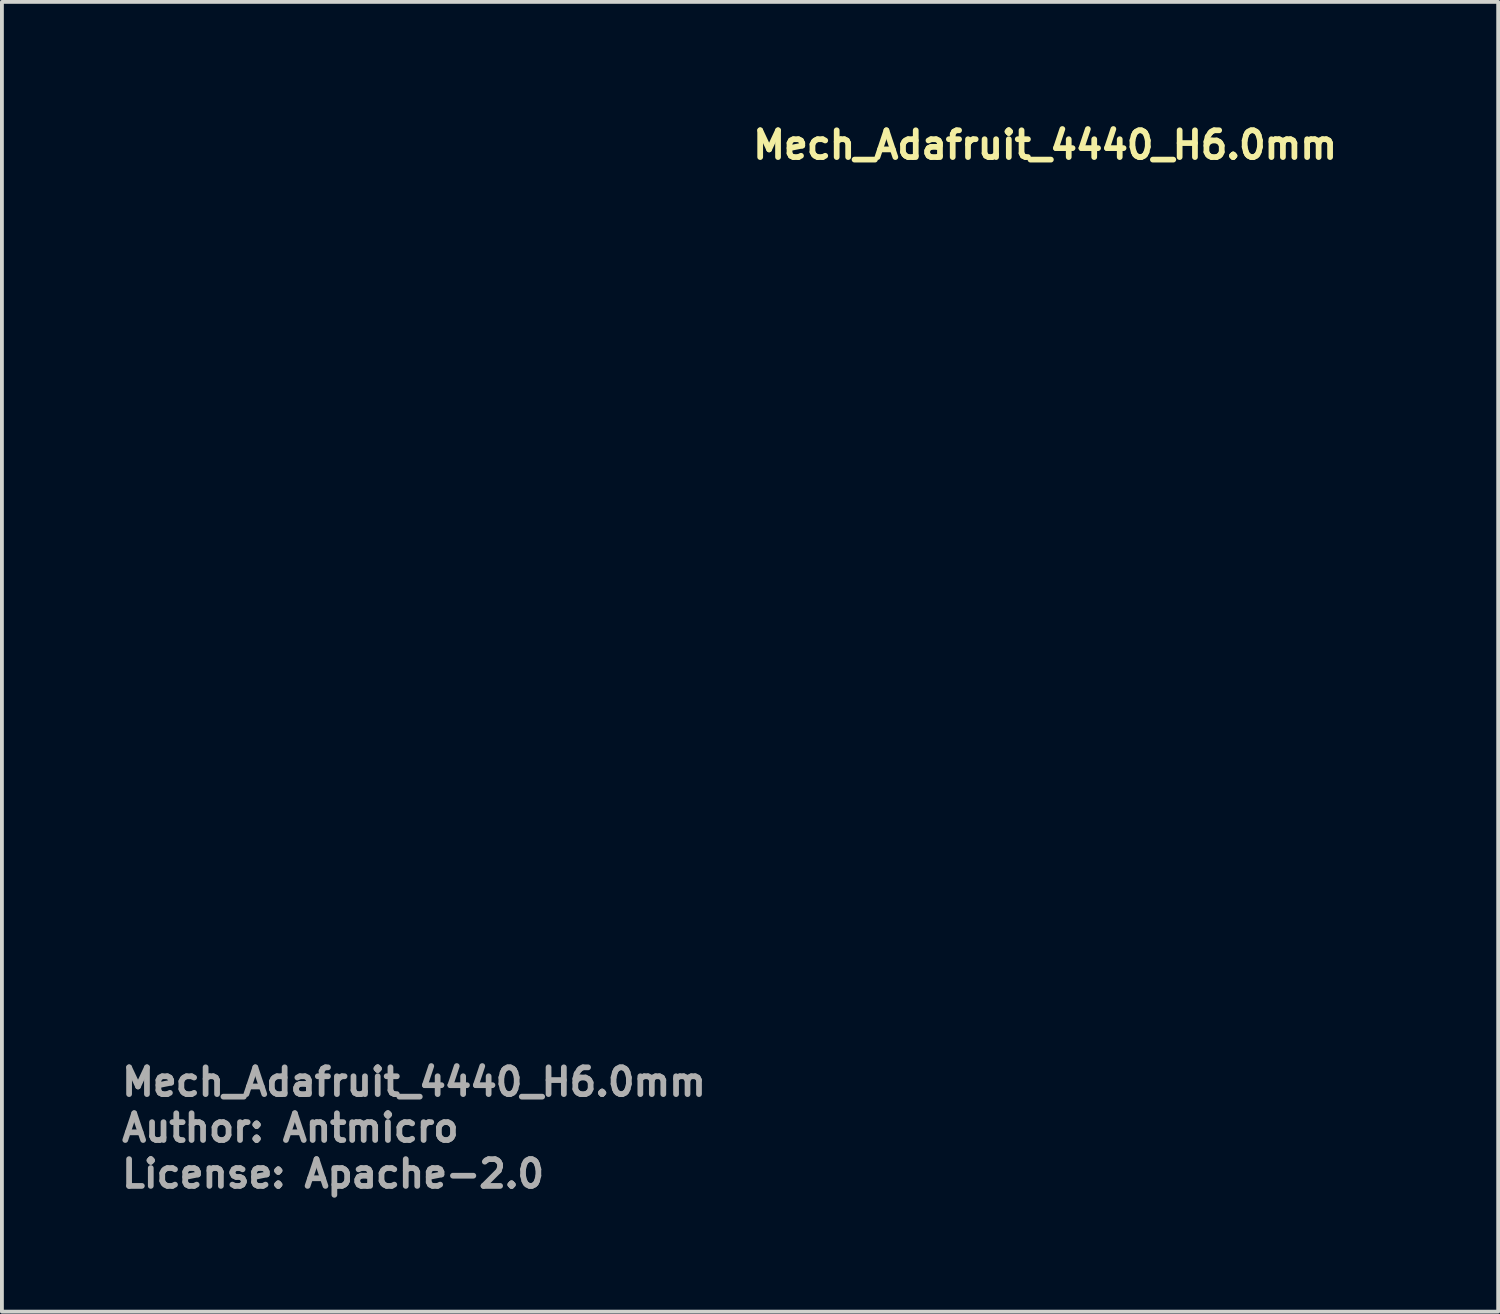
<source format=kicad_pcb>
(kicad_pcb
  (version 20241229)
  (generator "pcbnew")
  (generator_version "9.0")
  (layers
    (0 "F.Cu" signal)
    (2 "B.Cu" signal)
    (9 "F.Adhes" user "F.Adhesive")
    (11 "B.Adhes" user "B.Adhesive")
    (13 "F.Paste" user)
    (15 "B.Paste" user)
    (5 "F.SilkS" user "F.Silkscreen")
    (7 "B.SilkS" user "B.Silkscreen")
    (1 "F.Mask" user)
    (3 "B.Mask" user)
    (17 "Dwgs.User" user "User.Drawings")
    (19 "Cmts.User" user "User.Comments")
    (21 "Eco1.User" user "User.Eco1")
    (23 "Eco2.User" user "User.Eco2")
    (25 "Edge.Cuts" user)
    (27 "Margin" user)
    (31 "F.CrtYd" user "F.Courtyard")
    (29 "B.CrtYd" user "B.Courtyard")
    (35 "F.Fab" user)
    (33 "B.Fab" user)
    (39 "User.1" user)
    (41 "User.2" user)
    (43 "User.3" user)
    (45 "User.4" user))
  (footprint "Mech_Adafruit_4440_H6.0mm"
    (layer "F.Cu")
    (at 16.56 1.65)
    (property "Reference" "Mech_Adafruit_4440_H6.0mm" (at 0 -0.5 0) (unlocked yes) (layer "F.SilkS") (effects (font (size 0.7 0.7) (thickness 0.15)) (justify left bottom)))
    (attr through_hole)
    (fp_rect (start -16.5 0) (end 16.499 21.999) (stroke (width 0.12) (type solid)) (fill no) (layer "Eco1.User"))
    (fp_rect (start -14 2.749) (end 13.999 19.249) (stroke (width 0.12) (type solid)) (fill no) (layer "Eco1.User"))
    (fp_rect (start -14 7.999) (end -12 13.999) (stroke (width 0.12) (type solid)) (fill no) (layer "Eco1.User"))
    (fp_circle (center -14 2.749) (end -12.7 2.793) (stroke (width 0.12) (type solid)) (fill no) (layer "Eco1.User"))
    (fp_circle (center -14 19.249) (end -12.7 19.294) (stroke (width 0.12) (type solid)) (fill no) (layer "Eco1.User"))
    (fp_circle (center 13.999 2.749) (end 15.3 2.793) (stroke (width 0.12) (type solid)) (fill no) (layer "Eco1.User"))
    (fp_circle (center 13.999 19.249) (end 15.3 19.294) (stroke (width 0.12) (type solid)) (fill no) (layer "Eco1.User"))
    (fp_line (start -16.51 2.745) (end -16.51 19.255) (stroke (width 0.1) (type solid)) (layer "User.9"))
    (fp_line (start -16.51 19.255) (end -16.506 19.397) (stroke (width 0.1) (type solid)) (layer "User.9"))
    (fp_line (start -16.506 2.603) (end -16.51 2.745) (stroke (width 0.1) (type solid)) (layer "User.9"))
    (fp_line (start -16.506 19.397) (end -16.494 19.539) (stroke (width 0.1) (type solid)) (layer "User.9"))
    (fp_line (start -16.494 2.461) (end -16.506 2.603) (stroke (width 0.1) (type solid)) (layer "User.9"))
    (fp_line (start -16.494 19.539) (end -16.474 19.68) (stroke (width 0.1) (type solid)) (layer "User.9"))
    (fp_line (start -16.474 2.32) (end -16.494 2.461) (stroke (width 0.1) (type solid)) (layer "User.9"))
    (fp_line (start -16.474 19.68) (end -16.446 19.82) (stroke (width 0.1) (type solid)) (layer "User.9"))
    (fp_line (start -16.446 2.18) (end -16.474 2.32) (stroke (width 0.1) (type solid)) (layer "User.9"))
    (fp_line (start -16.446 19.82) (end -16.411 19.958) (stroke (width 0.1) (type solid)) (layer "User.9"))
    (fp_line (start -16.411 2.042) (end -16.446 2.18) (stroke (width 0.1) (type solid)) (layer "User.9"))
    (fp_line (start -16.411 19.958) (end -16.367 20.094) (stroke (width 0.1) (type solid)) (layer "User.9"))
    (fp_line (start -16.367 1.906) (end -16.411 2.042) (stroke (width 0.1) (type solid)) (layer "User.9"))
    (fp_line (start -16.367 20.094) (end -16.317 20.227) (stroke (width 0.1) (type solid)) (layer "User.9"))
    (fp_line (start -16.317 1.773) (end -16.367 1.906) (stroke (width 0.1) (type solid)) (layer "User.9"))
    (fp_line (start -16.317 20.227) (end -16.258 20.357) (stroke (width 0.1) (type solid)) (layer "User.9"))
    (fp_line (start -16.258 1.643) (end -16.317 1.773) (stroke (width 0.1) (type solid)) (layer "User.9"))
    (fp_line (start -16.258 20.357) (end -16.193 20.484) (stroke (width 0.1) (type solid)) (layer "User.9"))
    (fp_line (start -16.193 1.516) (end -16.258 1.643) (stroke (width 0.1) (type solid)) (layer "User.9"))
    (fp_line (start -16.193 20.484) (end -16.121 20.606) (stroke (width 0.1) (type solid)) (layer "User.9"))
    (fp_line (start -16.121 1.394) (end -16.193 1.516) (stroke (width 0.1) (type solid)) (layer "User.9"))
    (fp_line (start -16.121 20.606) (end -16.042 20.725) (stroke (width 0.1) (type solid)) (layer "User.9"))
    (fp_line (start -16.042 1.275) (end -16.121 1.394) (stroke (width 0.1) (type solid)) (layer "User.9"))
    (fp_line (start -16.042 20.725) (end -15.956 20.839) (stroke (width 0.1) (type solid)) (layer "User.9"))
    (fp_line (start -15.956 1.161) (end -16.042 1.275) (stroke (width 0.1) (type solid)) (layer "User.9"))
    (fp_line (start -15.956 20.839) (end -15.864 20.948) (stroke (width 0.1) (type solid)) (layer "User.9"))
    (fp_line (start -15.91 5.25) (end -15.91 16.75) (stroke (width 0.1) (type solid)) (layer "User.9"))
    (fp_line (start -15.91 16.75) (end 10.54 16.75) (stroke (width 0.1) (type solid)) (layer "User.9"))
    (fp_line (start -15.864 1.052) (end -15.956 1.161) (stroke (width 0.1) (type solid)) (layer "User.9"))
    (fp_line (start -15.864 20.948) (end -15.766 21.051) (stroke (width 0.1) (type solid)) (layer "User.9"))
    (fp_line (start -15.766 0.949) (end -15.864 1.052) (stroke (width 0.1) (type solid)) (layer "User.9"))
    (fp_line (start -15.766 21.051) (end -15.663 21.149) (stroke (width 0.1) (type solid)) (layer "User.9"))
    (fp_line (start -15.663 0.851) (end -15.766 0.949) (stroke (width 0.1) (type solid)) (layer "User.9"))
    (fp_line (start -15.663 21.149) (end -15.554 21.241) (stroke (width 0.1) (type solid)) (layer "User.9"))
    (fp_line (start -15.554 0.759) (end -15.663 0.851) (stroke (width 0.1) (type solid)) (layer "User.9"))
    (fp_line (start -15.554 21.241) (end -15.44 21.327) (stroke (width 0.1) (type solid)) (layer "User.9"))
    (fp_line (start -15.44 0.673) (end -15.554 0.759) (stroke (width 0.1) (type solid)) (layer "User.9"))
    (fp_line (start -15.44 21.327) (end -15.321 21.406) (stroke (width 0.1) (type solid)) (layer "User.9"))
    (fp_line (start -15.321 0.594) (end -15.44 0.673) (stroke (width 0.1) (type solid)) (layer "User.9"))
    (fp_line (start -15.321 21.406) (end -15.199 21.478) (stroke (width 0.1) (type solid)) (layer "User.9"))
    (fp_line (start -15.219 2.695) (end -15.211 2.596) (stroke (width 0.1) (type solid)) (layer "User.9"))
    (fp_line (start -15.219 2.795) (end -15.219 2.695) (stroke (width 0.1) (type solid)) (layer "User.9"))
    (fp_line (start -15.219 19.205) (end -15.211 19.106) (stroke (width 0.1) (type solid)) (layer "User.9"))
    (fp_line (start -15.219 19.305) (end -15.219 19.205) (stroke (width 0.1) (type solid)) (layer "User.9"))
    (fp_line (start -15.211 2.596) (end -15.195 2.498) (stroke (width 0.1) (type solid)) (layer "User.9"))
    (fp_line (start -15.211 2.894) (end -15.219 2.795) (stroke (width 0.1) (type solid)) (layer "User.9"))
    (fp_line (start -15.211 19.106) (end -15.195 19.008) (stroke (width 0.1) (type solid)) (layer "User.9"))
    (fp_line (start -15.211 19.404) (end -15.219 19.305) (stroke (width 0.1) (type solid)) (layer "User.9"))
    (fp_line (start -15.199 0.522) (end -15.321 0.594) (stroke (width 0.1) (type solid)) (layer "User.9"))
    (fp_line (start -15.199 21.478) (end -15.072 21.543) (stroke (width 0.1) (type solid)) (layer "User.9"))
    (fp_line (start -15.195 2.498) (end -15.172 2.402) (stroke (width 0.1) (type solid)) (layer "User.9"))
    (fp_line (start -15.195 2.992) (end -15.211 2.894) (stroke (width 0.1) (type solid)) (layer "User.9"))
    (fp_line (start -15.195 19.008) (end -15.172 18.912) (stroke (width 0.1) (type solid)) (layer "User.9"))
    (fp_line (start -15.195 19.502) (end -15.211 19.404) (stroke (width 0.1) (type solid)) (layer "User.9"))
    (fp_line (start -15.172 2.402) (end -15.141 2.307) (stroke (width 0.1) (type solid)) (layer "User.9"))
    (fp_line (start -15.172 3.088) (end -15.195 2.992) (stroke (width 0.1) (type solid)) (layer "User.9"))
    (fp_line (start -15.172 18.912) (end -15.141 18.817) (stroke (width 0.1) (type solid)) (layer "User.9"))
    (fp_line (start -15.172 19.598) (end -15.195 19.502) (stroke (width 0.1) (type solid)) (layer "User.9"))
    (fp_line (start -15.141 2.307) (end -15.102 2.215) (stroke (width 0.1) (type solid)) (layer "User.9"))
    (fp_line (start -15.141 3.183) (end -15.172 3.088) (stroke (width 0.1) (type solid)) (layer "User.9"))
    (fp_line (start -15.141 18.817) (end -15.102 18.725) (stroke (width 0.1) (type solid)) (layer "User.9"))
    (fp_line (start -15.141 19.693) (end -15.172 19.598) (stroke (width 0.1) (type solid)) (layer "User.9"))
    (fp_line (start -15.102 2.215) (end -15.057 2.127) (stroke (width 0.1) (type solid)) (layer "User.9"))
    (fp_line (start -15.102 3.275) (end -15.141 3.183) (stroke (width 0.1) (type solid)) (layer "User.9"))
    (fp_line (start -15.102 18.725) (end -15.057 18.637) (stroke (width 0.1) (type solid)) (layer "User.9"))
    (fp_line (start -15.102 19.785) (end -15.141 19.693) (stroke (width 0.1) (type solid)) (layer "User.9"))
    (fp_line (start -15.072 0.457) (end -15.199 0.522) (stroke (width 0.1) (type solid)) (layer "User.9"))
    (fp_line (start -15.072 21.543) (end -14.942 21.602) (stroke (width 0.1) (type solid)) (layer "User.9"))
    (fp_line (start -15.057 2.127) (end -15.004 2.043) (stroke (width 0.1) (type solid)) (layer "User.9"))
    (fp_line (start -15.057 3.363) (end -15.102 3.275) (stroke (width 0.1) (type solid)) (layer "User.9"))
    (fp_line (start -15.057 18.637) (end -15.004 18.553) (stroke (width 0.1) (type solid)) (layer "User.9"))
    (fp_line (start -15.057 19.873) (end -15.102 19.785) (stroke (width 0.1) (type solid)) (layer "User.9"))
    (fp_line (start -15.004 2.043) (end -14.945 1.963) (stroke (width 0.1) (type solid)) (layer "User.9"))
    (fp_line (start -15.004 3.447) (end -15.057 3.363) (stroke (width 0.1) (type solid)) (layer "User.9"))
    (fp_line (start -15.004 18.553) (end -14.945 18.473) (stroke (width 0.1) (type solid)) (layer "User.9"))
    (fp_line (start -15.004 19.957) (end -15.057 19.873) (stroke (width 0.1) (type solid)) (layer "User.9"))
    (fp_line (start -14.945 1.963) (end -14.88 1.888) (stroke (width 0.1) (type solid)) (layer "User.9"))
    (fp_line (start -14.945 3.527) (end -15.004 3.447) (stroke (width 0.1) (type solid)) (layer "User.9"))
    (fp_line (start -14.945 18.473) (end -14.88 18.398) (stroke (width 0.1) (type solid)) (layer "User.9"))
    (fp_line (start -14.945 20.037) (end -15.004 19.957) (stroke (width 0.1) (type solid)) (layer "User.9"))
    (fp_line (start -14.942 0.398) (end -15.072 0.457) (stroke (width 0.1) (type solid)) (layer "User.9"))
    (fp_line (start -14.942 21.602) (end -14.809 21.652) (stroke (width 0.1) (type solid)) (layer "User.9"))
    (fp_line (start -14.88 1.888) (end -14.809 1.818) (stroke (width 0.1) (type solid)) (layer "User.9"))
    (fp_line (start -14.88 3.602) (end -14.945 3.527) (stroke (width 0.1) (type solid)) (layer "User.9"))
    (fp_line (start -14.88 18.398) (end -14.809 18.328) (stroke (width 0.1) (type solid)) (layer "User.9"))
    (fp_line (start -14.88 20.112) (end -14.945 20.037) (stroke (width 0.1) (type solid)) (layer "User.9"))
    (fp_line (start -14.809 0.348) (end -14.942 0.398) (stroke (width 0.1) (type solid)) (layer "User.9"))
    (fp_line (start -14.809 21.652) (end -14.673 21.696) (stroke (width 0.1) (type solid)) (layer "User.9"))
    (fp_line (start -14.809 1.818) (end -14.733 1.755) (stroke (width 0.1) (type solid)) (layer "User.9"))
    (fp_line (start -14.809 3.672) (end -14.88 3.602) (stroke (width 0.1) (type solid)) (layer "User.9"))
    (fp_line (start -14.809 18.328) (end -14.733 18.265) (stroke (width 0.1) (type solid)) (layer "User.9"))
    (fp_line (start -14.809 20.182) (end -14.88 20.112) (stroke (width 0.1) (type solid)) (layer "User.9"))
    (fp_line (start -14.733 1.755) (end -14.651 1.697) (stroke (width 0.1) (type solid)) (layer "User.9"))
    (fp_line (start -14.733 3.735) (end -14.809 3.672) (stroke (width 0.1) (type solid)) (layer "User.9"))
    (fp_line (start -14.733 18.265) (end -14.651 18.207) (stroke (width 0.1) (type solid)) (layer "User.9"))
    (fp_line (start -14.733 20.245) (end -14.809 20.182) (stroke (width 0.1) (type solid)) (layer "User.9"))
    (fp_line (start -14.673 0.304) (end -14.809 0.348) (stroke (width 0.1) (type solid)) (layer "User.9"))
    (fp_line (start -14.673 21.696) (end -14.535 21.731) (stroke (width 0.1) (type solid)) (layer "User.9"))
    (fp_line (start -14.651 1.697) (end -14.566 1.646) (stroke (width 0.1) (type solid)) (layer "User.9"))
    (fp_line (start -14.651 3.793) (end -14.733 3.735) (stroke (width 0.1) (type solid)) (layer "User.9"))
    (fp_line (start -14.651 18.207) (end -14.566 18.156) (stroke (width 0.1) (type solid)) (layer "User.9"))
    (fp_line (start -14.651 20.303) (end -14.733 20.245) (stroke (width 0.1) (type solid)) (layer "User.9"))
    (fp_line (start -14.566 1.646) (end -14.477 1.602) (stroke (width 0.1) (type solid)) (layer "User.9"))
    (fp_line (start -14.566 3.844) (end -14.651 3.793) (stroke (width 0.1) (type solid)) (layer "User.9"))
    (fp_line (start -14.566 18.156) (end -14.477 18.112) (stroke (width 0.1) (type solid)) (layer "User.9"))
    (fp_line (start -14.566 20.354) (end -14.651 20.303) (stroke (width 0.1) (type solid)) (layer "User.9"))
    (fp_line (start -14.535 0.269) (end -14.673 0.304) (stroke (width 0.1) (type solid)) (layer "User.9"))
    (fp_line (start -14.535 21.731) (end -14.395 21.759) (stroke (width 0.1) (type solid)) (layer "User.9"))
    (fp_line (start -14.477 1.602) (end -14.385 1.566) (stroke (width 0.1) (type solid)) (layer "User.9"))
    (fp_line (start -14.477 3.888) (end -14.566 3.844) (stroke (width 0.1) (type solid)) (layer "User.9"))
    (fp_line (start -14.477 18.112) (end -14.385 18.076) (stroke (width 0.1) (type solid)) (layer "User.9"))
    (fp_line (start -14.477 20.398) (end -14.566 20.354) (stroke (width 0.1) (type solid)) (layer "User.9"))
    (fp_line (start -14.395 0.241) (end -14.535 0.269) (stroke (width 0.1) (type solid)) (layer "User.9"))
    (fp_line (start -14.395 21.759) (end -14.254 21.779) (stroke (width 0.1) (type solid)) (layer "User.9"))
    (fp_line (start -14.385 1.566) (end -14.29 1.537) (stroke (width 0.1) (type solid)) (layer "User.9"))
    (fp_line (start -14.385 3.924) (end -14.477 3.888) (stroke (width 0.1) (type solid)) (layer "User.9"))
    (fp_line (start -14.385 18.076) (end -14.29 18.047) (stroke (width 0.1) (type solid)) (layer "User.9"))
    (fp_line (start -14.385 20.434) (end -14.477 20.398) (stroke (width 0.1) (type solid)) (layer "User.9"))
    (fp_line (start -14.29 1.537) (end -14.192 1.515) (stroke (width 0.1) (type solid)) (layer "User.9"))
    (fp_line (start -14.29 3.953) (end -14.385 3.924) (stroke (width 0.1) (type solid)) (layer "User.9"))
    (fp_line (start -14.29 18.047) (end -14.192 18.025) (stroke (width 0.1) (type solid)) (layer "User.9"))
    (fp_line (start -14.29 20.463) (end -14.385 20.434) (stroke (width 0.1) (type solid)) (layer "User.9"))
    (fp_line (start -14.254 0.221) (end -14.395 0.241) (stroke (width 0.1) (type solid)) (layer "User.9"))
    (fp_line (start -14.254 21.779) (end -14.112 21.791) (stroke (width 0.1) (type solid)) (layer "User.9"))
    (fp_line (start -14.192 1.515) (end -14.094 1.501) (stroke (width 0.1) (type solid)) (layer "User.9"))
    (fp_line (start -14.192 3.975) (end -14.29 3.953) (stroke (width 0.1) (type solid)) (layer "User.9"))
    (fp_line (start -14.192 18.025) (end -14.094 18.011) (stroke (width 0.1) (type solid)) (layer "User.9"))
    (fp_line (start -14.192 20.485) (end -14.29 20.463) (stroke (width 0.1) (type solid)) (layer "User.9"))
    (fp_line (start -14.112 0.209) (end -14.254 0.221) (stroke (width 0.1) (type solid)) (layer "User.9"))
    (fp_line (start -14.112 21.791) (end -13.97 21.795) (stroke (width 0.1) (type solid)) (layer "User.9"))
    (fp_line (start -14.094 1.501) (end -13.995 1.495) (stroke (width 0.1) (type solid)) (layer "User.9"))
    (fp_line (start -14.094 3.989) (end -14.192 3.975) (stroke (width 0.1) (type solid)) (layer "User.9"))
    (fp_line (start -14.094 18.011) (end -13.995 18.005) (stroke (width 0.1) (type solid)) (layer "User.9"))
    (fp_line (start -14.094 20.499) (end -14.192 20.485) (stroke (width 0.1) (type solid)) (layer "User.9"))
    (fp_line (start -13.995 1.495) (end -13.895 1.497) (stroke (width 0.1) (type solid)) (layer "User.9"))
    (fp_line (start -13.995 3.995) (end -14.094 3.989) (stroke (width 0.1) (type solid)) (layer "User.9"))
    (fp_line (start -13.995 18.005) (end -13.895 18.007) (stroke (width 0.1) (type solid)) (layer "User.9"))
    (fp_line (start -13.995 20.505) (end -14.094 20.499) (stroke (width 0.1) (type solid)) (layer "User.9"))
    (fp_line (start -13.97 0.205) (end -14.112 0.209) (stroke (width 0.1) (type solid)) (layer "User.9"))
    (fp_line (start -13.97 21.795) (end 13.97 21.795) (stroke (width 0.1) (type solid)) (layer "User.9"))
    (fp_line (start -13.895 1.497) (end -13.797 1.507) (stroke (width 0.1) (type solid)) (layer "User.9"))
    (fp_line (start -13.895 3.993) (end -13.995 3.995) (stroke (width 0.1) (type solid)) (layer "User.9"))
    (fp_line (start -13.895 18.007) (end -13.797 18.017) (stroke (width 0.1) (type solid)) (layer "User.9"))
    (fp_line (start -13.895 20.503) (end -13.995 20.505) (stroke (width 0.1) (type solid)) (layer "User.9"))
    (fp_line (start -13.797 1.507) (end -13.699 1.525) (stroke (width 0.1) (type solid)) (layer "User.9"))
    (fp_line (start -13.797 3.983) (end -13.895 3.993) (stroke (width 0.1) (type solid)) (layer "User.9"))
    (fp_line (start -13.797 18.017) (end -13.699 18.035) (stroke (width 0.1) (type solid)) (layer "User.9"))
    (fp_line (start -13.797 20.493) (end -13.895 20.503) (stroke (width 0.1) (type solid)) (layer "User.9"))
    (fp_line (start -13.699 1.525) (end -13.603 1.55) (stroke (width 0.1) (type solid)) (layer "User.9"))
    (fp_line (start -13.699 3.965) (end -13.797 3.983) (stroke (width 0.1) (type solid)) (layer "User.9"))
    (fp_line (start -13.699 18.035) (end -13.603 18.06) (stroke (width 0.1) (type solid)) (layer "User.9"))
    (fp_line (start -13.699 20.475) (end -13.797 20.493) (stroke (width 0.1) (type solid)) (layer "User.9"))
    (fp_line (start -13.603 1.55) (end -13.509 1.583) (stroke (width 0.1) (type solid)) (layer "User.9"))
    (fp_line (start -13.603 3.94) (end -13.699 3.965) (stroke (width 0.1) (type solid)) (layer "User.9"))
    (fp_line (start -13.603 18.06) (end -13.509 18.093) (stroke (width 0.1) (type solid)) (layer "User.9"))
    (fp_line (start -13.603 20.45) (end -13.699 20.475) (stroke (width 0.1) (type solid)) (layer "User.9"))
    (fp_line (start -13.509 1.583) (end -13.418 1.623) (stroke (width 0.1) (type solid)) (layer "User.9"))
    (fp_line (start -13.509 3.907) (end -13.603 3.94) (stroke (width 0.1) (type solid)) (layer "User.9"))
    (fp_line (start -13.509 18.093) (end -13.418 18.133) (stroke (width 0.1) (type solid)) (layer "User.9"))
    (fp_line (start -13.509 20.417) (end -13.603 20.45) (stroke (width 0.1) (type solid)) (layer "User.9"))
    (fp_line (start -13.418 1.623) (end -13.331 1.671) (stroke (width 0.1) (type solid)) (layer "User.9"))
    (fp_line (start -13.418 3.867) (end -13.509 3.907) (stroke (width 0.1) (type solid)) (layer "User.9"))
    (fp_line (start -13.418 18.133) (end -13.331 18.181) (stroke (width 0.1) (type solid)) (layer "User.9"))
    (fp_line (start -13.418 20.377) (end -13.509 20.417) (stroke (width 0.1) (type solid)) (layer "User.9"))
    (fp_line (start -13.331 1.671) (end -13.247 1.725) (stroke (width 0.1) (type solid)) (layer "User.9"))
    (fp_line (start -13.331 3.819) (end -13.418 3.867) (stroke (width 0.1) (type solid)) (layer "User.9"))
    (fp_line (start -13.331 18.181) (end -13.247 18.235) (stroke (width 0.1) (type solid)) (layer "User.9"))
    (fp_line (start -13.331 20.329) (end -13.418 20.377) (stroke (width 0.1) (type solid)) (layer "User.9"))
    (fp_line (start -13.247 1.725) (end -13.169 1.786) (stroke (width 0.1) (type solid)) (layer "User.9"))
    (fp_line (start -13.247 3.765) (end -13.331 3.819) (stroke (width 0.1) (type solid)) (layer "User.9"))
    (fp_line (start -13.247 18.235) (end -13.169 18.296) (stroke (width 0.1) (type solid)) (layer "User.9"))
    (fp_line (start -13.247 20.275) (end -13.331 20.329) (stroke (width 0.1) (type solid)) (layer "User.9"))
    (fp_line (start -13.169 1.786) (end -13.095 1.852) (stroke (width 0.1) (type solid)) (layer "User.9"))
    (fp_line (start -13.169 3.704) (end -13.247 3.765) (stroke (width 0.1) (type solid)) (layer "User.9"))
    (fp_line (start -13.169 18.296) (end -13.095 18.362) (stroke (width 0.1) (type solid)) (layer "User.9"))
    (fp_line (start -13.169 20.214) (end -13.247 20.275) (stroke (width 0.1) (type solid)) (layer "User.9"))
    (fp_line (start -13.095 1.852) (end -13.027 1.925) (stroke (width 0.1) (type solid)) (layer "User.9"))
    (fp_line (start -13.095 3.638) (end -13.169 3.704) (stroke (width 0.1) (type solid)) (layer "User.9"))
    (fp_line (start -13.095 18.362) (end -13.027 18.435) (stroke (width 0.1) (type solid)) (layer "User.9"))
    (fp_line (start -13.095 20.148) (end -13.169 20.214) (stroke (width 0.1) (type solid)) (layer "User.9"))
    (fp_line (start -13.027 1.925) (end -12.965 2.002) (stroke (width 0.1) (type solid)) (layer "User.9"))
    (fp_line (start -13.027 3.565) (end -13.095 3.638) (stroke (width 0.1) (type solid)) (layer "User.9"))
    (fp_line (start -13.027 18.435) (end -12.965 18.512) (stroke (width 0.1) (type solid)) (layer "User.9"))
    (fp_line (start -13.027 20.075) (end -13.095 20.148) (stroke (width 0.1) (type solid)) (layer "User.9"))
    (fp_line (start -12.965 2.002) (end -12.909 2.084) (stroke (width 0.1) (type solid)) (layer "User.9"))
    (fp_line (start -12.965 3.488) (end -13.027 3.565) (stroke (width 0.1) (type solid)) (layer "User.9"))
    (fp_line (start -12.965 18.512) (end -12.909 18.594) (stroke (width 0.1) (type solid)) (layer "User.9"))
    (fp_line (start -12.965 19.998) (end -13.027 20.075) (stroke (width 0.1) (type solid)) (layer "User.9"))
    (fp_line (start -12.909 2.084) (end -12.86 2.171) (stroke (width 0.1) (type solid)) (layer "User.9"))
    (fp_line (start -12.909 3.406) (end -12.965 3.488) (stroke (width 0.1) (type solid)) (layer "User.9"))
    (fp_line (start -12.909 18.594) (end -12.86 18.681) (stroke (width 0.1) (type solid)) (layer "User.9"))
    (fp_line (start -12.909 19.916) (end -12.965 19.998) (stroke (width 0.1) (type solid)) (layer "User.9"))
    (fp_line (start -12.86 2.171) (end -12.818 2.261) (stroke (width 0.1) (type solid)) (layer "User.9"))
    (fp_line (start -12.86 3.319) (end -12.909 3.406) (stroke (width 0.1) (type solid)) (layer "User.9"))
    (fp_line (start -12.86 18.681) (end -12.818 18.771) (stroke (width 0.1) (type solid)) (layer "User.9"))
    (fp_line (start -12.86 19.829) (end -12.909 19.916) (stroke (width 0.1) (type solid)) (layer "User.9"))
    (fp_line (start -12.818 2.261) (end -12.783 2.354) (stroke (width 0.1) (type solid)) (layer "User.9"))
    (fp_line (start -12.818 3.229) (end -12.86 3.319) (stroke (width 0.1) (type solid)) (layer "User.9"))
    (fp_line (start -12.818 18.771) (end -12.783 18.864) (stroke (width 0.1) (type solid)) (layer "User.9"))
    (fp_line (start -12.818 19.739) (end -12.86 19.829) (stroke (width 0.1) (type solid)) (layer "User.9"))
    (fp_line (start -12.783 2.354) (end -12.755 2.45) (stroke (width 0.1) (type solid)) (layer "User.9"))
    (fp_line (start -12.783 3.136) (end -12.818 3.229) (stroke (width 0.1) (type solid)) (layer "User.9"))
    (fp_line (start -12.783 18.864) (end -12.755 18.96) (stroke (width 0.1) (type solid)) (layer "User.9"))
    (fp_line (start -12.783 19.646) (end -12.818 19.739) (stroke (width 0.1) (type solid)) (layer "User.9"))
    (fp_line (start -12.755 2.45) (end -12.736 2.547) (stroke (width 0.1) (type solid)) (layer "User.9"))
    (fp_line (start -12.755 3.04) (end -12.783 3.136) (stroke (width 0.1) (type solid)) (layer "User.9"))
    (fp_line (start -12.755 18.96) (end -12.736 19.057) (stroke (width 0.1) (type solid)) (layer "User.9"))
    (fp_line (start -12.755 19.55) (end -12.783 19.646) (stroke (width 0.1) (type solid)) (layer "User.9"))
    (fp_line (start -12.736 2.547) (end -12.724 2.646) (stroke (width 0.1) (type solid)) (layer "User.9"))
    (fp_line (start -12.736 2.943) (end -12.755 3.04) (stroke (width 0.1) (type solid)) (layer "User.9"))
    (fp_line (start -12.736 19.057) (end -12.724 19.156) (stroke (width 0.1) (type solid)) (layer "User.9"))
    (fp_line (start -12.736 19.453) (end -12.755 19.55) (stroke (width 0.1) (type solid)) (layer "User.9"))
    (fp_line (start -12.724 2.646) (end -12.72 2.745) (stroke (width 0.1) (type solid)) (layer "User.9"))
    (fp_line (start -12.724 2.844) (end -12.736 2.943) (stroke (width 0.1) (type solid)) (layer "User.9"))
    (fp_line (start -12.724 19.156) (end -12.72 19.255) (stroke (width 0.1) (type solid)) (layer "User.9"))
    (fp_line (start -12.724 19.354) (end -12.736 19.453) (stroke (width 0.1) (type solid)) (layer "User.9"))
    (fp_line (start -12.72 2.745) (end -12.724 2.844) (stroke (width 0.1) (type solid)) (layer "User.9"))
    (fp_line (start -12.72 19.255) (end -12.724 19.354) (stroke (width 0.1) (type solid)) (layer "User.9"))
    (fp_line (start -6.85 19.128) (end -6.846 19.065) (stroke (width 0.1) (type solid)) (layer "User.9"))
    (fp_line (start -6.846 19.065) (end -6.834 19.004) (stroke (width 0.1) (type solid)) (layer "User.9"))
    (fp_line (start -6.846 19.191) (end -6.85 19.128) (stroke (width 0.1) (type solid)) (layer "User.9"))
    (fp_line (start -6.834 19.004) (end -6.815 18.944) (stroke (width 0.1) (type solid)) (layer "User.9"))
    (fp_line (start -6.834 19.252) (end -6.846 19.191) (stroke (width 0.1) (type solid)) (layer "User.9"))
    (fp_line (start -6.815 18.944) (end -6.788 18.887) (stroke (width 0.1) (type solid)) (layer "User.9"))
    (fp_line (start -6.815 19.312) (end -6.834 19.252) (stroke (width 0.1) (type solid)) (layer "User.9"))
    (fp_line (start -6.788 18.887) (end -6.755 18.834) (stroke (width 0.1) (type solid)) (layer "User.9"))
    (fp_line (start -6.788 19.369) (end -6.815 19.312) (stroke (width 0.1) (type solid)) (layer "User.9"))
    (fp_line (start -6.755 18.834) (end -6.714 18.786) (stroke (width 0.1) (type solid)) (layer "User.9"))
    (fp_line (start -6.755 19.422) (end -6.788 19.369) (stroke (width 0.1) (type solid)) (layer "User.9"))
    (fp_line (start -6.714 18.786) (end -6.669 18.743) (stroke (width 0.1) (type solid)) (layer "User.9"))
    (fp_line (start -6.714 19.47) (end -6.755 19.422) (stroke (width 0.1) (type solid)) (layer "User.9"))
    (fp_line (start -6.669 18.743) (end -6.618 18.706) (stroke (width 0.1) (type solid)) (layer "User.9"))
    (fp_line (start -6.669 19.513) (end -6.714 19.47) (stroke (width 0.1) (type solid)) (layer "User.9"))
    (fp_line (start -6.618 18.706) (end -6.563 18.676) (stroke (width 0.1) (type solid)) (layer "User.9"))
    (fp_line (start -6.618 19.55) (end -6.669 19.513) (stroke (width 0.1) (type solid)) (layer "User.9"))
    (fp_line (start -6.563 18.676) (end -6.505 18.652) (stroke (width 0.1) (type solid)) (layer "User.9"))
    (fp_line (start -6.563 19.58) (end -6.618 19.55) (stroke (width 0.1) (type solid)) (layer "User.9"))
    (fp_line (start -6.505 18.652) (end -6.444 18.637) (stroke (width 0.1) (type solid)) (layer "User.9"))
    (fp_line (start -6.505 19.604) (end -6.563 19.58) (stroke (width 0.1) (type solid)) (layer "User.9"))
    (fp_line (start -6.444 18.637) (end -6.381 18.629) (stroke (width 0.1) (type solid)) (layer "User.9"))
    (fp_line (start -6.444 19.619) (end -6.505 19.604) (stroke (width 0.1) (type solid)) (layer "User.9"))
    (fp_line (start -6.381 18.629) (end -6.319 18.629) (stroke (width 0.1) (type solid)) (layer "User.9"))
    (fp_line (start -6.381 19.627) (end -6.444 19.619) (stroke (width 0.1) (type solid)) (layer "User.9"))
    (fp_line (start -6.319 18.629) (end -6.256 18.637) (stroke (width 0.1) (type solid)) (layer "User.9"))
    (fp_line (start -6.319 19.627) (end -6.381 19.627) (stroke (width 0.1) (type solid)) (layer "User.9"))
    (fp_line (start -6.256 18.637) (end -6.195 18.652) (stroke (width 0.1) (type solid)) (layer "User.9"))
    (fp_line (start -6.256 19.619) (end -6.319 19.627) (stroke (width 0.1) (type solid)) (layer "User.9"))
    (fp_line (start -6.195 18.652) (end -6.137 18.676) (stroke (width 0.1) (type solid)) (layer "User.9"))
    (fp_line (start -6.195 19.604) (end -6.256 19.619) (stroke (width 0.1) (type solid)) (layer "User.9"))
    (fp_line (start -6.137 18.676) (end -6.082 18.706) (stroke (width 0.1) (type solid)) (layer "User.9"))
    (fp_line (start -6.137 19.58) (end -6.195 19.604) (stroke (width 0.1) (type solid)) (layer "User.9"))
    (fp_line (start -6.082 18.706) (end -6.031 18.743) (stroke (width 0.1) (type solid)) (layer "User.9"))
    (fp_line (start -6.082 19.55) (end -6.137 19.58) (stroke (width 0.1) (type solid)) (layer "User.9"))
    (fp_line (start -6.031 18.743) (end -5.986 18.786) (stroke (width 0.1) (type solid)) (layer "User.9"))
    (fp_line (start -6.031 19.513) (end -6.082 19.55) (stroke (width 0.1) (type solid)) (layer "User.9"))
    (fp_line (start -5.986 18.786) (end -5.945 18.834) (stroke (width 0.1) (type solid)) (layer "User.9"))
    (fp_line (start -5.986 19.47) (end -6.031 19.513) (stroke (width 0.1) (type solid)) (layer "User.9"))
    (fp_line (start -5.945 18.834) (end -5.912 18.887) (stroke (width 0.1) (type solid)) (layer "User.9"))
    (fp_line (start -5.945 19.422) (end -5.986 19.47) (stroke (width 0.1) (type solid)) (layer "User.9"))
    (fp_line (start -5.912 18.887) (end -5.885 18.944) (stroke (width 0.1) (type solid)) (layer "User.9"))
    (fp_line (start -5.912 19.369) (end -5.945 19.422) (stroke (width 0.1) (type solid)) (layer "User.9"))
    (fp_line (start -5.885 18.944) (end -5.866 19.004) (stroke (width 0.1) (type solid)) (layer "User.9"))
    (fp_line (start -5.885 19.312) (end -5.912 19.369) (stroke (width 0.1) (type solid)) (layer "User.9"))
    (fp_line (start -5.866 19.004) (end -5.854 19.065) (stroke (width 0.1) (type solid)) (layer "User.9"))
    (fp_line (start -5.866 19.252) (end -5.885 19.312) (stroke (width 0.1) (type solid)) (layer "User.9"))
    (fp_line (start -5.854 19.065) (end -5.85 19.128) (stroke (width 0.1) (type solid)) (layer "User.9"))
    (fp_line (start -5.854 19.191) (end -5.866 19.252) (stroke (width 0.1) (type solid)) (layer "User.9"))
    (fp_line (start -5.85 19.128) (end -5.854 19.191) (stroke (width 0.1) (type solid)) (layer "User.9"))
    (fp_line (start -4.31 19.128) (end -4.306 19.065) (stroke (width 0.1) (type solid)) (layer "User.9"))
    (fp_line (start -4.306 19.065) (end -4.294 19.004) (stroke (width 0.1) (type solid)) (layer "User.9"))
    (fp_line (start -4.306 19.191) (end -4.31 19.128) (stroke (width 0.1) (type solid)) (layer "User.9"))
    (fp_line (start -4.294 19.004) (end -4.275 18.944) (stroke (width 0.1) (type solid)) (layer "User.9"))
    (fp_line (start -4.294 19.252) (end -4.306 19.191) (stroke (width 0.1) (type solid)) (layer "User.9"))
    (fp_line (start -4.275 18.944) (end -4.248 18.887) (stroke (width 0.1) (type solid)) (layer "User.9"))
    (fp_line (start -4.275 19.312) (end -4.294 19.252) (stroke (width 0.1) (type solid)) (layer "User.9"))
    (fp_line (start -4.248 18.887) (end -4.215 18.834) (stroke (width 0.1) (type solid)) (layer "User.9"))
    (fp_line (start -4.248 19.369) (end -4.275 19.312) (stroke (width 0.1) (type solid)) (layer "User.9"))
    (fp_line (start -4.215 18.834) (end -4.174 18.786) (stroke (width 0.1) (type solid)) (layer "User.9"))
    (fp_line (start -4.215 19.422) (end -4.248 19.369) (stroke (width 0.1) (type solid)) (layer "User.9"))
    (fp_line (start -4.174 18.786) (end -4.129 18.743) (stroke (width 0.1) (type solid)) (layer "User.9"))
    (fp_line (start -4.174 19.47) (end -4.215 19.422) (stroke (width 0.1) (type solid)) (layer "User.9"))
    (fp_line (start -4.129 18.743) (end -4.078 18.706) (stroke (width 0.1) (type solid)) (layer "User.9"))
    (fp_line (start -4.129 19.513) (end -4.174 19.47) (stroke (width 0.1) (type solid)) (layer "User.9"))
    (fp_line (start -4.078 18.706) (end -4.023 18.676) (stroke (width 0.1) (type solid)) (layer "User.9"))
    (fp_line (start -4.078 19.55) (end -4.129 19.513) (stroke (width 0.1) (type solid)) (layer "User.9"))
    (fp_line (start -4.023 18.676) (end -3.965 18.652) (stroke (width 0.1) (type solid)) (layer "User.9"))
    (fp_line (start -4.023 19.58) (end -4.078 19.55) (stroke (width 0.1) (type solid)) (layer "User.9"))
    (fp_line (start -3.965 18.652) (end -3.904 18.637) (stroke (width 0.1) (type solid)) (layer "User.9"))
    (fp_line (start -3.965 19.604) (end -4.023 19.58) (stroke (width 0.1) (type solid)) (layer "User.9"))
    (fp_line (start -3.904 18.637) (end -3.841 18.629) (stroke (width 0.1) (type solid)) (layer "User.9"))
    (fp_line (start -3.904 19.619) (end -3.965 19.604) (stroke (width 0.1) (type solid)) (layer "User.9"))
    (fp_line (start -3.841 18.629) (end -3.779 18.629) (stroke (width 0.1) (type solid)) (layer "User.9"))
    (fp_line (start -3.841 19.627) (end -3.904 19.619) (stroke (width 0.1) (type solid)) (layer "User.9"))
    (fp_line (start -3.779 18.629) (end -3.716 18.637) (stroke (width 0.1) (type solid)) (layer "User.9"))
    (fp_line (start -3.779 19.627) (end -3.841 19.627) (stroke (width 0.1) (type solid)) (layer "User.9"))
    (fp_line (start -3.716 18.637) (end -3.655 18.652) (stroke (width 0.1) (type solid)) (layer "User.9"))
    (fp_line (start -3.716 19.619) (end -3.779 19.627) (stroke (width 0.1) (type solid)) (layer "User.9"))
    (fp_line (start -3.655 18.652) (end -3.597 18.676) (stroke (width 0.1) (type solid)) (layer "User.9"))
    (fp_line (start -3.655 19.604) (end -3.716 19.619) (stroke (width 0.1) (type solid)) (layer "User.9"))
    (fp_line (start -3.597 18.676) (end -3.542 18.706) (stroke (width 0.1) (type solid)) (layer "User.9"))
    (fp_line (start -3.597 19.58) (end -3.655 19.604) (stroke (width 0.1) (type solid)) (layer "User.9"))
    (fp_line (start -3.542 18.706) (end -3.491 18.743) (stroke (width 0.1) (type solid)) (layer "User.9"))
    (fp_line (start -3.542 19.55) (end -3.597 19.58) (stroke (width 0.1) (type solid)) (layer "User.9"))
    (fp_line (start -3.491 18.743) (end -3.446 18.786) (stroke (width 0.1) (type solid)) (layer "User.9"))
    (fp_line (start -3.491 19.513) (end -3.542 19.55) (stroke (width 0.1) (type solid)) (layer "User.9"))
    (fp_line (start -3.446 18.786) (end -3.405 18.834) (stroke (width 0.1) (type solid)) (layer "User.9"))
    (fp_line (start -3.446 19.47) (end -3.491 19.513) (stroke (width 0.1) (type solid)) (layer "User.9"))
    (fp_line (start -3.405 18.834) (end -3.372 18.887) (stroke (width 0.1) (type solid)) (layer "User.9"))
    (fp_line (start -3.405 19.422) (end -3.446 19.47) (stroke (width 0.1) (type solid)) (layer "User.9"))
    (fp_line (start -3.372 18.887) (end -3.345 18.944) (stroke (width 0.1) (type solid)) (layer "User.9"))
    (fp_line (start -3.372 19.369) (end -3.405 19.422) (stroke (width 0.1) (type solid)) (layer "User.9"))
    (fp_line (start -3.345 18.944) (end -3.326 19.004) (stroke (width 0.1) (type solid)) (layer "User.9"))
    (fp_line (start -3.345 19.312) (end -3.372 19.369) (stroke (width 0.1) (type solid)) (layer "User.9"))
    (fp_line (start -3.326 19.004) (end -3.314 19.065) (stroke (width 0.1) (type solid)) (layer "User.9"))
    (fp_line (start -3.326 19.252) (end -3.345 19.312) (stroke (width 0.1) (type solid)) (layer "User.9"))
    (fp_line (start -3.314 19.065) (end -3.31 19.128) (stroke (width 0.1) (type solid)) (layer "User.9"))
    (fp_line (start -3.314 19.191) (end -3.326 19.252) (stroke (width 0.1) (type solid)) (layer "User.9"))
    (fp_line (start -3.31 19.128) (end -3.314 19.191) (stroke (width 0.1) (type solid)) (layer "User.9"))
    (fp_line (start -1.77 19.128) (end -1.766 19.065) (stroke (width 0.1) (type solid)) (layer "User.9"))
    (fp_line (start -1.766 19.065) (end -1.754 19.004) (stroke (width 0.1) (type solid)) (layer "User.9"))
    (fp_line (start -1.766 19.191) (end -1.77 19.128) (stroke (width 0.1) (type solid)) (layer "User.9"))
    (fp_line (start -1.754 19.004) (end -1.735 18.944) (stroke (width 0.1) (type solid)) (layer "User.9"))
    (fp_line (start -1.754 19.252) (end -1.766 19.191) (stroke (width 0.1) (type solid)) (layer "User.9"))
    (fp_line (start -1.735 18.944) (end -1.708 18.887) (stroke (width 0.1) (type solid)) (layer "User.9"))
    (fp_line (start -1.735 19.312) (end -1.754 19.252) (stroke (width 0.1) (type solid)) (layer "User.9"))
    (fp_line (start -1.708 18.887) (end -1.675 18.834) (stroke (width 0.1) (type solid)) (layer "User.9"))
    (fp_line (start -1.708 19.369) (end -1.735 19.312) (stroke (width 0.1) (type solid)) (layer "User.9"))
    (fp_line (start -1.675 18.834) (end -1.634 18.786) (stroke (width 0.1) (type solid)) (layer "User.9"))
    (fp_line (start -1.675 19.422) (end -1.708 19.369) (stroke (width 0.1) (type solid)) (layer "User.9"))
    (fp_line (start -1.634 18.786) (end -1.589 18.743) (stroke (width 0.1) (type solid)) (layer "User.9"))
    (fp_line (start -1.634 19.47) (end -1.675 19.422) (stroke (width 0.1) (type solid)) (layer "User.9"))
    (fp_line (start -1.589 18.743) (end -1.538 18.706) (stroke (width 0.1) (type solid)) (layer "User.9"))
    (fp_line (start -1.589 19.513) (end -1.634 19.47) (stroke (width 0.1) (type solid)) (layer "User.9"))
    (fp_line (start -1.538 18.706) (end -1.483 18.676) (stroke (width 0.1) (type solid)) (layer "User.9"))
    (fp_line (start -1.538 19.55) (end -1.589 19.513) (stroke (width 0.1) (type solid)) (layer "User.9"))
    (fp_line (start -1.483 18.676) (end -1.425 18.652) (stroke (width 0.1) (type solid)) (layer "User.9"))
    (fp_line (start -1.483 19.58) (end -1.538 19.55) (stroke (width 0.1) (type solid)) (layer "User.9"))
    (fp_line (start -1.425 18.652) (end -1.364 18.637) (stroke (width 0.1) (type solid)) (layer "User.9"))
    (fp_line (start -1.425 19.604) (end -1.483 19.58) (stroke (width 0.1) (type solid)) (layer "User.9"))
    (fp_line (start -1.364 18.637) (end -1.301 18.629) (stroke (width 0.1) (type solid)) (layer "User.9"))
    (fp_line (start -1.364 19.619) (end -1.425 19.604) (stroke (width 0.1) (type solid)) (layer "User.9"))
    (fp_line (start -1.301 18.629) (end -1.239 18.629) (stroke (width 0.1) (type solid)) (layer "User.9"))
    (fp_line (start -1.301 19.627) (end -1.364 19.619) (stroke (width 0.1) (type solid)) (layer "User.9"))
    (fp_line (start -1.239 18.629) (end -1.176 18.637) (stroke (width 0.1) (type solid)) (layer "User.9"))
    (fp_line (start -1.239 19.627) (end -1.301 19.627) (stroke (width 0.1) (type solid)) (layer "User.9"))
    (fp_line (start -1.176 18.637) (end -1.115 18.652) (stroke (width 0.1) (type solid)) (layer "User.9"))
    (fp_line (start -1.176 19.619) (end -1.239 19.627) (stroke (width 0.1) (type solid)) (layer "User.9"))
    (fp_line (start -1.115 18.652) (end -1.057 18.676) (stroke (width 0.1) (type solid)) (layer "User.9"))
    (fp_line (start -1.115 19.604) (end -1.176 19.619) (stroke (width 0.1) (type solid)) (layer "User.9"))
    (fp_line (start -1.057 18.676) (end -1.002 18.706) (stroke (width 0.1) (type solid)) (layer "User.9"))
    (fp_line (start -1.057 19.58) (end -1.115 19.604) (stroke (width 0.1) (type solid)) (layer "User.9"))
    (fp_line (start -1.002 18.706) (end -0.951 18.743) (stroke (width 0.1) (type solid)) (layer "User.9"))
    (fp_line (start -1.002 19.55) (end -1.057 19.58) (stroke (width 0.1) (type solid)) (layer "User.9"))
    (fp_line (start -0.951 18.743) (end -0.906 18.786) (stroke (width 0.1) (type solid)) (layer "User.9"))
    (fp_line (start -0.951 19.513) (end -1.002 19.55) (stroke (width 0.1) (type solid)) (layer "User.9"))
    (fp_line (start -0.906 18.786) (end -0.865 18.834) (stroke (width 0.1) (type solid)) (layer "User.9"))
    (fp_line (start -0.906 19.47) (end -0.951 19.513) (stroke (width 0.1) (type solid)) (layer "User.9"))
    (fp_line (start -0.865 18.834) (end -0.832 18.887) (stroke (width 0.1) (type solid)) (layer "User.9"))
    (fp_line (start -0.865 19.422) (end -0.906 19.47) (stroke (width 0.1) (type solid)) (layer "User.9"))
    (fp_line (start -0.832 18.887) (end -0.805 18.944) (stroke (width 0.1) (type solid)) (layer "User.9"))
    (fp_line (start -0.832 19.369) (end -0.865 19.422) (stroke (width 0.1) (type solid)) (layer "User.9"))
    (fp_line (start -0.805 18.944) (end -0.786 19.004) (stroke (width 0.1) (type solid)) (layer "User.9"))
    (fp_line (start -0.805 19.312) (end -0.832 19.369) (stroke (width 0.1) (type solid)) (layer "User.9"))
    (fp_line (start -0.786 19.004) (end -0.774 19.065) (stroke (width 0.1) (type solid)) (layer "User.9"))
    (fp_line (start -0.786 19.252) (end -0.805 19.312) (stroke (width 0.1) (type solid)) (layer "User.9"))
    (fp_line (start -0.774 19.065) (end -0.77 19.128) (stroke (width 0.1) (type solid)) (layer "User.9"))
    (fp_line (start -0.774 19.191) (end -0.786 19.252) (stroke (width 0.1) (type solid)) (layer "User.9"))
    (fp_line (start -0.77 19.128) (end -0.774 19.191) (stroke (width 0.1) (type solid)) (layer "User.9"))
    (fp_line (start 0.77 19.128) (end 0.774 19.065) (stroke (width 0.1) (type solid)) (layer "User.9"))
    (fp_line (start 0.774 19.065) (end 0.786 19.004) (stroke (width 0.1) (type solid)) (layer "User.9"))
    (fp_line (start 0.774 19.191) (end 0.77 19.128) (stroke (width 0.1) (type solid)) (layer "User.9"))
    (fp_line (start 0.786 19.004) (end 0.805 18.944) (stroke (width 0.1) (type solid)) (layer "User.9"))
    (fp_line (start 0.786 19.252) (end 0.774 19.191) (stroke (width 0.1) (type solid)) (layer "User.9"))
    (fp_line (start 0.805 18.944) (end 0.832 18.887) (stroke (width 0.1) (type solid)) (layer "User.9"))
    (fp_line (start 0.805 19.312) (end 0.786 19.252) (stroke (width 0.1) (type solid)) (layer "User.9"))
    (fp_line (start 0.832 18.887) (end 0.865 18.834) (stroke (width 0.1) (type solid)) (layer "User.9"))
    (fp_line (start 0.832 19.369) (end 0.805 19.312) (stroke (width 0.1) (type solid)) (layer "User.9"))
    (fp_line (start 0.865 18.834) (end 0.906 18.786) (stroke (width 0.1) (type solid)) (layer "User.9"))
    (fp_line (start 0.865 19.422) (end 0.832 19.369) (stroke (width 0.1) (type solid)) (layer "User.9"))
    (fp_line (start 0.906 18.786) (end 0.951 18.743) (stroke (width 0.1) (type solid)) (layer "User.9"))
    (fp_line (start 0.906 19.47) (end 0.865 19.422) (stroke (width 0.1) (type solid)) (layer "User.9"))
    (fp_line (start 0.951 18.743) (end 1.002 18.706) (stroke (width 0.1) (type solid)) (layer "User.9"))
    (fp_line (start 0.951 19.513) (end 0.906 19.47) (stroke (width 0.1) (type solid)) (layer "User.9"))
    (fp_line (start 1.002 18.706) (end 1.057 18.676) (stroke (width 0.1) (type solid)) (layer "User.9"))
    (fp_line (start 1.002 19.55) (end 0.951 19.513) (stroke (width 0.1) (type solid)) (layer "User.9"))
    (fp_line (start 1.057 18.676) (end 1.115 18.652) (stroke (width 0.1) (type solid)) (layer "User.9"))
    (fp_line (start 1.057 19.58) (end 1.002 19.55) (stroke (width 0.1) (type solid)) (layer "User.9"))
    (fp_line (start 1.115 18.652) (end 1.176 18.637) (stroke (width 0.1) (type solid)) (layer "User.9"))
    (fp_line (start 1.115 19.604) (end 1.057 19.58) (stroke (width 0.1) (type solid)) (layer "User.9"))
    (fp_line (start 1.176 18.637) (end 1.239 18.629) (stroke (width 0.1) (type solid)) (layer "User.9"))
    (fp_line (start 1.176 19.619) (end 1.115 19.604) (stroke (width 0.1) (type solid)) (layer "User.9"))
    (fp_line (start 1.239 18.629) (end 1.301 18.629) (stroke (width 0.1) (type solid)) (layer "User.9"))
    (fp_line (start 1.239 19.627) (end 1.176 19.619) (stroke (width 0.1) (type solid)) (layer "User.9"))
    (fp_line (start 1.301 18.629) (end 1.364 18.637) (stroke (width 0.1) (type solid)) (layer "User.9"))
    (fp_line (start 1.301 19.627) (end 1.239 19.627) (stroke (width 0.1) (type solid)) (layer "User.9"))
    (fp_line (start 1.364 18.637) (end 1.425 18.652) (stroke (width 0.1) (type solid)) (layer "User.9"))
    (fp_line (start 1.364 19.619) (end 1.301 19.627) (stroke (width 0.1) (type solid)) (layer "User.9"))
    (fp_line (start 1.425 18.652) (end 1.483 18.676) (stroke (width 0.1) (type solid)) (layer "User.9"))
    (fp_line (start 1.425 19.604) (end 1.364 19.619) (stroke (width 0.1) (type solid)) (layer "User.9"))
    (fp_line (start 1.483 18.676) (end 1.538 18.706) (stroke (width 0.1) (type solid)) (layer "User.9"))
    (fp_line (start 1.483 19.58) (end 1.425 19.604) (stroke (width 0.1) (type solid)) (layer "User.9"))
    (fp_line (start 1.538 18.706) (end 1.589 18.743) (stroke (width 0.1) (type solid)) (layer "User.9"))
    (fp_line (start 1.538 19.55) (end 1.483 19.58) (stroke (width 0.1) (type solid)) (layer "User.9"))
    (fp_line (start 1.589 18.743) (end 1.634 18.786) (stroke (width 0.1) (type solid)) (layer "User.9"))
    (fp_line (start 1.589 19.513) (end 1.538 19.55) (stroke (width 0.1) (type solid)) (layer "User.9"))
    (fp_line (start 1.634 18.786) (end 1.675 18.834) (stroke (width 0.1) (type solid)) (layer "User.9"))
    (fp_line (start 1.634 19.47) (end 1.589 19.513) (stroke (width 0.1) (type solid)) (layer "User.9"))
    (fp_line (start 1.675 18.834) (end 1.708 18.887) (stroke (width 0.1) (type solid)) (layer "User.9"))
    (fp_line (start 1.675 19.422) (end 1.634 19.47) (stroke (width 0.1) (type solid)) (layer "User.9"))
    (fp_line (start 1.708 18.887) (end 1.735 18.944) (stroke (width 0.1) (type solid)) (layer "User.9"))
    (fp_line (start 1.708 19.369) (end 1.675 19.422) (stroke (width 0.1) (type solid)) (layer "User.9"))
    (fp_line (start 1.735 18.944) (end 1.754 19.004) (stroke (width 0.1) (type solid)) (layer "User.9"))
    (fp_line (start 1.735 19.312) (end 1.708 19.369) (stroke (width 0.1) (type solid)) (layer "User.9"))
    (fp_line (start 1.754 19.004) (end 1.766 19.065) (stroke (width 0.1) (type solid)) (layer "User.9"))
    (fp_line (start 1.754 19.252) (end 1.735 19.312) (stroke (width 0.1) (type solid)) (layer "User.9"))
    (fp_line (start 1.766 19.065) (end 1.77 19.128) (stroke (width 0.1) (type solid)) (layer "User.9"))
    (fp_line (start 1.766 19.191) (end 1.754 19.252) (stroke (width 0.1) (type solid)) (layer "User.9"))
    (fp_line (start 1.77 19.128) (end 1.766 19.191) (stroke (width 0.1) (type solid)) (layer "User.9"))
    (fp_line (start 3.31 19.128) (end 3.314 19.065) (stroke (width 0.1) (type solid)) (layer "User.9"))
    (fp_line (start 3.314 19.065) (end 3.326 19.004) (stroke (width 0.1) (type solid)) (layer "User.9"))
    (fp_line (start 3.314 19.191) (end 3.31 19.128) (stroke (width 0.1) (type solid)) (layer "User.9"))
    (fp_line (start 3.326 19.004) (end 3.345 18.944) (stroke (width 0.1) (type solid)) (layer "User.9"))
    (fp_line (start 3.326 19.252) (end 3.314 19.191) (stroke (width 0.1) (type solid)) (layer "User.9"))
    (fp_line (start 3.345 18.944) (end 3.372 18.887) (stroke (width 0.1) (type solid)) (layer "User.9"))
    (fp_line (start 3.345 19.312) (end 3.326 19.252) (stroke (width 0.1) (type solid)) (layer "User.9"))
    (fp_line (start 3.372 18.887) (end 3.405 18.834) (stroke (width 0.1) (type solid)) (layer "User.9"))
    (fp_line (start 3.372 19.369) (end 3.345 19.312) (stroke (width 0.1) (type solid)) (layer "User.9"))
    (fp_line (start 3.405 18.834) (end 3.446 18.786) (stroke (width 0.1) (type solid)) (layer "User.9"))
    (fp_line (start 3.405 19.422) (end 3.372 19.369) (stroke (width 0.1) (type solid)) (layer "User.9"))
    (fp_line (start 3.446 18.786) (end 3.491 18.743) (stroke (width 0.1) (type solid)) (layer "User.9"))
    (fp_line (start 3.446 19.47) (end 3.405 19.422) (stroke (width 0.1) (type solid)) (layer "User.9"))
    (fp_line (start 3.491 18.743) (end 3.542 18.706) (stroke (width 0.1) (type solid)) (layer "User.9"))
    (fp_line (start 3.491 19.513) (end 3.446 19.47) (stroke (width 0.1) (type solid)) (layer "User.9"))
    (fp_line (start 3.542 18.706) (end 3.597 18.676) (stroke (width 0.1) (type solid)) (layer "User.9"))
    (fp_line (start 3.542 19.55) (end 3.491 19.513) (stroke (width 0.1) (type solid)) (layer "User.9"))
    (fp_line (start 3.597 18.676) (end 3.655 18.652) (stroke (width 0.1) (type solid)) (layer "User.9"))
    (fp_line (start 3.597 19.58) (end 3.542 19.55) (stroke (width 0.1) (type solid)) (layer "User.9"))
    (fp_line (start 3.655 18.652) (end 3.716 18.637) (stroke (width 0.1) (type solid)) (layer "User.9"))
    (fp_line (start 3.655 19.604) (end 3.597 19.58) (stroke (width 0.1) (type solid)) (layer "User.9"))
    (fp_line (start 3.716 18.637) (end 3.779 18.629) (stroke (width 0.1) (type solid)) (layer "User.9"))
    (fp_line (start 3.716 19.619) (end 3.655 19.604) (stroke (width 0.1) (type solid)) (layer "User.9"))
    (fp_line (start 3.779 18.629) (end 3.841 18.629) (stroke (width 0.1) (type solid)) (layer "User.9"))
    (fp_line (start 3.779 19.627) (end 3.716 19.619) (stroke (width 0.1) (type solid)) (layer "User.9"))
    (fp_line (start 3.841 18.629) (end 3.904 18.637) (stroke (width 0.1) (type solid)) (layer "User.9"))
    (fp_line (start 3.841 19.627) (end 3.779 19.627) (stroke (width 0.1) (type solid)) (layer "User.9"))
    (fp_line (start 3.904 18.637) (end 3.965 18.652) (stroke (width 0.1) (type solid)) (layer "User.9"))
    (fp_line (start 3.904 19.619) (end 3.841 19.627) (stroke (width 0.1) (type solid)) (layer "User.9"))
    (fp_line (start 3.965 18.652) (end 4.023 18.676) (stroke (width 0.1) (type solid)) (layer "User.9"))
    (fp_line (start 3.965 19.604) (end 3.904 19.619) (stroke (width 0.1) (type solid)) (layer "User.9"))
    (fp_line (start 4.023 18.676) (end 4.078 18.706) (stroke (width 0.1) (type solid)) (layer "User.9"))
    (fp_line (start 4.023 19.58) (end 3.965 19.604) (stroke (width 0.1) (type solid)) (layer "User.9"))
    (fp_line (start 4.078 18.706) (end 4.129 18.743) (stroke (width 0.1) (type solid)) (layer "User.9"))
    (fp_line (start 4.078 19.55) (end 4.023 19.58) (stroke (width 0.1) (type solid)) (layer "User.9"))
    (fp_line (start 4.129 18.743) (end 4.174 18.786) (stroke (width 0.1) (type solid)) (layer "User.9"))
    (fp_line (start 4.129 19.513) (end 4.078 19.55) (stroke (width 0.1) (type solid)) (layer "User.9"))
    (fp_line (start 4.174 18.786) (end 4.215 18.834) (stroke (width 0.1) (type solid)) (layer "User.9"))
    (fp_line (start 4.174 19.47) (end 4.129 19.513) (stroke (width 0.1) (type solid)) (layer "User.9"))
    (fp_line (start 4.215 18.834) (end 4.248 18.887) (stroke (width 0.1) (type solid)) (layer "User.9"))
    (fp_line (start 4.215 19.422) (end 4.174 19.47) (stroke (width 0.1) (type solid)) (layer "User.9"))
    (fp_line (start 4.248 18.887) (end 4.275 18.944) (stroke (width 0.1) (type solid)) (layer "User.9"))
    (fp_line (start 4.248 19.369) (end 4.215 19.422) (stroke (width 0.1) (type solid)) (layer "User.9"))
    (fp_line (start 4.275 18.944) (end 4.294 19.004) (stroke (width 0.1) (type solid)) (layer "User.9"))
    (fp_line (start 4.275 19.312) (end 4.248 19.369) (stroke (width 0.1) (type solid)) (layer "User.9"))
    (fp_line (start 4.294 19.004) (end 4.306 19.065) (stroke (width 0.1) (type solid)) (layer "User.9"))
    (fp_line (start 4.294 19.252) (end 4.275 19.312) (stroke (width 0.1) (type solid)) (layer "User.9"))
    (fp_line (start 4.306 19.065) (end 4.31 19.128) (stroke (width 0.1) (type solid)) (layer "User.9"))
    (fp_line (start 4.306 19.191) (end 4.294 19.252) (stroke (width 0.1) (type solid)) (layer "User.9"))
    (fp_line (start 4.31 19.128) (end 4.306 19.191) (stroke (width 0.1) (type solid)) (layer "User.9"))
    (fp_line (start 5.85 19.128) (end 5.854 19.065) (stroke (width 0.1) (type solid)) (layer "User.9"))
    (fp_line (start 5.854 19.065) (end 5.866 19.004) (stroke (width 0.1) (type solid)) (layer "User.9"))
    (fp_line (start 5.854 19.191) (end 5.85 19.128) (stroke (width 0.1) (type solid)) (layer "User.9"))
    (fp_line (start 5.866 19.004) (end 5.885 18.944) (stroke (width 0.1) (type solid)) (layer "User.9"))
    (fp_line (start 5.866 19.252) (end 5.854 19.191) (stroke (width 0.1) (type solid)) (layer "User.9"))
    (fp_line (start 5.885 18.944) (end 5.912 18.887) (stroke (width 0.1) (type solid)) (layer "User.9"))
    (fp_line (start 5.885 19.312) (end 5.866 19.252) (stroke (width 0.1) (type solid)) (layer "User.9"))
    (fp_line (start 5.912 18.887) (end 5.945 18.834) (stroke (width 0.1) (type solid)) (layer "User.9"))
    (fp_line (start 5.912 19.369) (end 5.885 19.312) (stroke (width 0.1) (type solid)) (layer "User.9"))
    (fp_line (start 5.945 18.834) (end 5.986 18.786) (stroke (width 0.1) (type solid)) (layer "User.9"))
    (fp_line (start 5.945 19.422) (end 5.912 19.369) (stroke (width 0.1) (type solid)) (layer "User.9"))
    (fp_line (start 5.986 18.786) (end 6.031 18.743) (stroke (width 0.1) (type solid)) (layer "User.9"))
    (fp_line (start 5.986 19.47) (end 5.945 19.422) (stroke (width 0.1) (type solid)) (layer "User.9"))
    (fp_line (start 6.031 18.743) (end 6.082 18.706) (stroke (width 0.1) (type solid)) (layer "User.9"))
    (fp_line (start 6.031 19.513) (end 5.986 19.47) (stroke (width 0.1) (type solid)) (layer "User.9"))
    (fp_line (start 6.082 18.706) (end 6.137 18.676) (stroke (width 0.1) (type solid)) (layer "User.9"))
    (fp_line (start 6.082 19.55) (end 6.031 19.513) (stroke (width 0.1) (type solid)) (layer "User.9"))
    (fp_line (start 6.137 18.676) (end 6.195 18.652) (stroke (width 0.1) (type solid)) (layer "User.9"))
    (fp_line (start 6.137 19.58) (end 6.082 19.55) (stroke (width 0.1) (type solid)) (layer "User.9"))
    (fp_line (start 6.195 18.652) (end 6.256 18.637) (stroke (width 0.1) (type solid)) (layer "User.9"))
    (fp_line (start 6.195 19.604) (end 6.137 19.58) (stroke (width 0.1) (type solid)) (layer "User.9"))
    (fp_line (start 6.256 18.637) (end 6.319 18.629) (stroke (width 0.1) (type solid)) (layer "User.9"))
    (fp_line (start 6.256 19.619) (end 6.195 19.604) (stroke (width 0.1) (type solid)) (layer "User.9"))
    (fp_line (start 6.319 18.629) (end 6.381 18.629) (stroke (width 0.1) (type solid)) (layer "User.9"))
    (fp_line (start 6.319 19.627) (end 6.256 19.619) (stroke (width 0.1) (type solid)) (layer "User.9"))
    (fp_line (start 6.381 18.629) (end 6.444 18.637) (stroke (width 0.1) (type solid)) (layer "User.9"))
    (fp_line (start 6.381 19.627) (end 6.319 19.627) (stroke (width 0.1) (type solid)) (layer "User.9"))
    (fp_line (start 6.444 18.637) (end 6.505 18.652) (stroke (width 0.1) (type solid)) (layer "User.9"))
    (fp_line (start 6.444 19.619) (end 6.381 19.627) (stroke (width 0.1) (type solid)) (layer "User.9"))
    (fp_line (start 6.505 18.652) (end 6.563 18.676) (stroke (width 0.1) (type solid)) (layer "User.9"))
    (fp_line (start 6.505 19.604) (end 6.444 19.619) (stroke (width 0.1) (type solid)) (layer "User.9"))
    (fp_line (start 6.563 18.676) (end 6.618 18.706) (stroke (width 0.1) (type solid)) (layer "User.9"))
    (fp_line (start 6.563 19.58) (end 6.505 19.604) (stroke (width 0.1) (type solid)) (layer "User.9"))
    (fp_line (start 6.618 18.706) (end 6.669 18.743) (stroke (width 0.1) (type solid)) (layer "User.9"))
    (fp_line (start 6.618 19.55) (end 6.563 19.58) (stroke (width 0.1) (type solid)) (layer "User.9"))
    (fp_line (start 6.669 18.743) (end 6.714 18.786) (stroke (width 0.1) (type solid)) (layer "User.9"))
    (fp_line (start 6.669 19.513) (end 6.618 19.55) (stroke (width 0.1) (type solid)) (layer "User.9"))
    (fp_line (start 6.714 18.786) (end 6.755 18.834) (stroke (width 0.1) (type solid)) (layer "User.9"))
    (fp_line (start 6.714 19.47) (end 6.669 19.513) (stroke (width 0.1) (type solid)) (layer "User.9"))
    (fp_line (start 6.755 18.834) (end 6.788 18.887) (stroke (width 0.1) (type solid)) (layer "User.9"))
    (fp_line (start 6.755 19.422) (end 6.714 19.47) (stroke (width 0.1) (type solid)) (layer "User.9"))
    (fp_line (start 6.788 18.887) (end 6.815 18.944) (stroke (width 0.1) (type solid)) (layer "User.9"))
    (fp_line (start 6.788 19.369) (end 6.755 19.422) (stroke (width 0.1) (type solid)) (layer "User.9"))
    (fp_line (start 6.815 18.944) (end 6.834 19.004) (stroke (width 0.1) (type solid)) (layer "User.9"))
    (fp_line (start 6.815 19.312) (end 6.788 19.369) (stroke (width 0.1) (type solid)) (layer "User.9"))
    (fp_line (start 6.834 19.004) (end 6.846 19.065) (stroke (width 0.1) (type solid)) (layer "User.9"))
    (fp_line (start 6.834 19.252) (end 6.815 19.312) (stroke (width 0.1) (type solid)) (layer "User.9"))
    (fp_line (start 6.846 19.065) (end 6.85 19.128) (stroke (width 0.1) (type solid)) (layer "User.9"))
    (fp_line (start 6.846 19.191) (end 6.834 19.252) (stroke (width 0.1) (type solid)) (layer "User.9"))
    (fp_line (start 6.85 19.128) (end 6.846 19.191) (stroke (width 0.1) (type solid)) (layer "User.9"))
    (fp_line (start 10.54 5.25) (end -15.91 5.25) (stroke (width 0.1) (type solid)) (layer "User.9"))
    (fp_line (start 10.54 16.75) (end 10.54 5.25) (stroke (width 0.1) (type solid)) (layer "User.9"))
    (fp_line (start 10.54 16.75) (end 14.09 16.75) (stroke (width 0.1) (type solid)) (layer "User.9"))
    (fp_line (start 11.34 6.7) (end 11.34 15.3) (stroke (width 0.1) (type solid)) (layer "User.9"))
    (fp_line (start 11.34 15.3) (end 11.344 15.339) (stroke (width 0.1) (type solid)) (layer "User.9"))
    (fp_line (start 11.344 6.661) (end 11.34 6.7) (stroke (width 0.1) (type solid)) (layer "User.9"))
    (fp_line (start 11.344 15.339) (end 11.355 15.377) (stroke (width 0.1) (type solid)) (layer "User.9"))
    (fp_line (start 11.355 6.623) (end 11.344 6.661) (stroke (width 0.1) (type solid)) (layer "User.9"))
    (fp_line (start 11.355 15.377) (end 11.374 15.411) (stroke (width 0.1) (type solid)) (layer "User.9"))
    (fp_line (start 11.374 6.589) (end 11.355 6.623) (stroke (width 0.1) (type solid)) (layer "User.9"))
    (fp_line (start 11.374 15.411) (end 11.399 15.441) (stroke (width 0.1) (type solid)) (layer "User.9"))
    (fp_line (start 11.399 6.559) (end 11.374 6.589) (stroke (width 0.1) (type solid)) (layer "User.9"))
    (fp_line (start 11.399 15.441) (end 11.429 15.466) (stroke (width 0.1) (type solid)) (layer "User.9"))
    (fp_line (start 11.429 6.534) (end 11.399 6.559) (stroke (width 0.1) (type solid)) (layer "User.9"))
    (fp_line (start 11.429 15.466) (end 11.463 15.485) (stroke (width 0.1) (type solid)) (layer "User.9"))
    (fp_line (start 11.463 6.515) (end 11.429 6.534) (stroke (width 0.1) (type solid)) (layer "User.9"))
    (fp_line (start 11.463 15.485) (end 11.501 15.496) (stroke (width 0.1) (type solid)) (layer "User.9"))
    (fp_line (start 11.501 6.504) (end 11.463 6.515) (stroke (width 0.1) (type solid)) (layer "User.9"))
    (fp_line (start 11.501 15.496) (end 11.54 15.5) (stroke (width 0.1) (type solid)) (layer "User.9"))
    (fp_line (start 11.54 6.5) (end 11.501 6.504) (stroke (width 0.1) (type solid)) (layer "User.9"))
    (fp_line (start 11.54 15.5) (end 13.89 15.5) (stroke (width 0.1) (type solid)) (layer "User.9"))
    (fp_line (start 12.721 2.695) (end 12.729 2.596) (stroke (width 0.1) (type solid)) (layer "User.9"))
    (fp_line (start 12.721 2.795) (end 12.721 2.695) (stroke (width 0.1) (type solid)) (layer "User.9"))
    (fp_line (start 12.721 19.205) (end 12.729 19.106) (stroke (width 0.1) (type solid)) (layer "User.9"))
    (fp_line (start 12.721 19.305) (end 12.721 19.205) (stroke (width 0.1) (type solid)) (layer "User.9"))
    (fp_line (start 12.729 2.596) (end 12.745 2.498) (stroke (width 0.1) (type solid)) (layer "User.9"))
    (fp_line (start 12.729 2.894) (end 12.721 2.795) (stroke (width 0.1) (type solid)) (layer "User.9"))
    (fp_line (start 12.729 19.106) (end 12.745 19.008) (stroke (width 0.1) (type solid)) (layer "User.9"))
    (fp_line (start 12.729 19.404) (end 12.721 19.305) (stroke (width 0.1) (type solid)) (layer "User.9"))
    (fp_line (start 12.745 2.498) (end 12.768 2.402) (stroke (width 0.1) (type solid)) (layer "User.9"))
    (fp_line (start 12.745 2.992) (end 12.729 2.894) (stroke (width 0.1) (type solid)) (layer "User.9"))
    (fp_line (start 12.745 19.008) (end 12.768 18.912) (stroke (width 0.1) (type solid)) (layer "User.9"))
    (fp_line (start 12.745 19.502) (end 12.729 19.404) (stroke (width 0.1) (type solid)) (layer "User.9"))
    (fp_line (start 12.768 2.402) (end 12.799 2.307) (stroke (width 0.1) (type solid)) (layer "User.9"))
    (fp_line (start 12.768 3.088) (end 12.745 2.992) (stroke (width 0.1) (type solid)) (layer "User.9"))
    (fp_line (start 12.768 18.912) (end 12.799 18.817) (stroke (width 0.1) (type solid)) (layer "User.9"))
    (fp_line (start 12.768 19.598) (end 12.745 19.502) (stroke (width 0.1) (type solid)) (layer "User.9"))
    (fp_line (start 12.799 2.307) (end 12.838 2.215) (stroke (width 0.1) (type solid)) (layer "User.9"))
    (fp_line (start 12.799 3.183) (end 12.768 3.088) (stroke (width 0.1) (type solid)) (layer "User.9"))
    (fp_line (start 12.799 18.817) (end 12.838 18.725) (stroke (width 0.1) (type solid)) (layer "User.9"))
    (fp_line (start 12.799 19.693) (end 12.768 19.598) (stroke (width 0.1) (type solid)) (layer "User.9"))
    (fp_line (start 12.838 2.215) (end 12.883 2.127) (stroke (width 0.1) (type solid)) (layer "User.9"))
    (fp_line (start 12.838 3.275) (end 12.799 3.183) (stroke (width 0.1) (type solid)) (layer "User.9"))
    (fp_line (start 12.838 18.725) (end 12.883 18.637) (stroke (width 0.1) (type solid)) (layer "User.9"))
    (fp_line (start 12.838 19.785) (end 12.799 19.693) (stroke (width 0.1) (type solid)) (layer "User.9"))
    (fp_line (start 12.883 2.127) (end 12.936 2.043) (stroke (width 0.1) (type solid)) (layer "User.9"))
    (fp_line (start 12.883 3.363) (end 12.838 3.275) (stroke (width 0.1) (type solid)) (layer "User.9"))
    (fp_line (start 12.883 18.637) (end 12.936 18.553) (stroke (width 0.1) (type solid)) (layer "User.9"))
    (fp_line (start 12.883 19.873) (end 12.838 19.785) (stroke (width 0.1) (type solid)) (layer "User.9"))
    (fp_line (start 12.936 2.043) (end 12.995 1.963) (stroke (width 0.1) (type solid)) (layer "User.9"))
    (fp_line (start 12.936 3.447) (end 12.883 3.363) (stroke (width 0.1) (type solid)) (layer "User.9"))
    (fp_line (start 12.936 18.553) (end 12.995 18.473) (stroke (width 0.1) (type solid)) (layer "User.9"))
    (fp_line (start 12.936 19.957) (end 12.883 19.873) (stroke (width 0.1) (type solid)) (layer "User.9"))
    (fp_line (start 12.995 1.963) (end 13.06 1.888) (stroke (width 0.1) (type solid)) (layer "User.9"))
    (fp_line (start 12.995 3.527) (end 12.936 3.447) (stroke (width 0.1) (type solid)) (layer "User.9"))
    (fp_line (start 12.995 18.473) (end 13.06 18.398) (stroke (width 0.1) (type solid)) (layer "User.9"))
    (fp_line (start 12.995 20.037) (end 12.936 19.957) (stroke (width 0.1) (type solid)) (layer "User.9"))
    (fp_line (start 13.06 1.888) (end 13.131 1.818) (stroke (width 0.1) (type solid)) (layer "User.9"))
    (fp_line (start 13.06 3.602) (end 12.995 3.527) (stroke (width 0.1) (type solid)) (layer "User.9"))
    (fp_line (start 13.06 18.398) (end 13.131 18.328) (stroke (width 0.1) (type solid)) (layer "User.9"))
    (fp_line (start 13.06 20.112) (end 12.995 20.037) (stroke (width 0.1) (type solid)) (layer "User.9"))
    (fp_line (start 13.131 1.818) (end 13.207 1.755) (stroke (width 0.1) (type solid)) (layer "User.9"))
    (fp_line (start 13.131 3.672) (end 13.06 3.602) (stroke (width 0.1) (type solid)) (layer "User.9"))
    (fp_line (start 13.131 18.328) (end 13.207 18.265) (stroke (width 0.1) (type solid)) (layer "User.9"))
    (fp_line (start 13.131 20.182) (end 13.06 20.112) (stroke (width 0.1) (type solid)) (layer "User.9"))
    (fp_line (start 13.207 1.755) (end 13.289 1.697) (stroke (width 0.1) (type solid)) (layer "User.9"))
    (fp_line (start 13.207 3.735) (end 13.131 3.672) (stroke (width 0.1) (type solid)) (layer "User.9"))
    (fp_line (start 13.207 18.265) (end 13.289 18.207) (stroke (width 0.1) (type solid)) (layer "User.9"))
    (fp_line (start 13.207 20.245) (end 13.131 20.182) (stroke (width 0.1) (type solid)) (layer "User.9"))
    (fp_line (start 13.289 1.697) (end 13.374 1.646) (stroke (width 0.1) (type solid)) (layer "User.9"))
    (fp_line (start 13.289 3.793) (end 13.207 3.735) (stroke (width 0.1) (type solid)) (layer "User.9"))
    (fp_line (start 13.289 18.207) (end 13.374 18.156) (stroke (width 0.1) (type solid)) (layer "User.9"))
    (fp_line (start 13.289 20.303) (end 13.207 20.245) (stroke (width 0.1) (type solid)) (layer "User.9"))
    (fp_line (start 13.374 1.646) (end 13.463 1.602) (stroke (width 0.1) (type solid)) (layer "User.9"))
    (fp_line (start 13.374 3.844) (end 13.289 3.793) (stroke (width 0.1) (type solid)) (layer "User.9"))
    (fp_line (start 13.374 18.156) (end 13.463 18.112) (stroke (width 0.1) (type solid)) (layer "User.9"))
    (fp_line (start 13.374 20.354) (end 13.289 20.303) (stroke (width 0.1) (type solid)) (layer "User.9"))
    (fp_line (start 13.463 1.602) (end 13.555 1.566) (stroke (width 0.1) (type solid)) (layer "User.9"))
    (fp_line (start 13.463 3.888) (end 13.374 3.844) (stroke (width 0.1) (type solid)) (layer "User.9"))
    (fp_line (start 13.463 18.112) (end 13.555 18.076) (stroke (width 0.1) (type solid)) (layer "User.9"))
    (fp_line (start 13.463 20.398) (end 13.374 20.354) (stroke (width 0.1) (type solid)) (layer "User.9"))
    (fp_line (start 13.555 1.566) (end 13.65 1.537) (stroke (width 0.1) (type solid)) (layer "User.9"))
    (fp_line (start 13.555 3.924) (end 13.463 3.888) (stroke (width 0.1) (type solid)) (layer "User.9"))
    (fp_line (start 13.555 18.076) (end 13.65 18.047) (stroke (width 0.1) (type solid)) (layer "User.9"))
    (fp_line (start 13.555 20.434) (end 13.463 20.398) (stroke (width 0.1) (type solid)) (layer "User.9"))
    (fp_line (start 13.65 1.537) (end 13.748 1.515) (stroke (width 0.1) (type solid)) (layer "User.9"))
    (fp_line (start 13.65 3.953) (end 13.555 3.924) (stroke (width 0.1) (type solid)) (layer "User.9"))
    (fp_line (start 13.65 18.047) (end 13.748 18.025) (stroke (width 0.1) (type solid)) (layer "User.9"))
    (fp_line (start 13.65 20.463) (end 13.555 20.434) (stroke (width 0.1) (type solid)) (layer "User.9"))
    (fp_line (start 13.748 1.515) (end 13.846 1.501) (stroke (width 0.1) (type solid)) (layer "User.9"))
    (fp_line (start 13.748 3.975) (end 13.65 3.953) (stroke (width 0.1) (type solid)) (layer "User.9"))
    (fp_line (start 13.748 18.025) (end 13.846 18.011) (stroke (width 0.1) (type solid)) (layer "User.9"))
    (fp_line (start 13.748 20.485) (end 13.65 20.463) (stroke (width 0.1) (type solid)) (layer "User.9"))
    (fp_line (start 13.846 1.501) (end 13.945 1.495) (stroke (width 0.1) (type solid)) (layer "User.9"))
    (fp_line (start 13.846 3.989) (end 13.748 3.975) (stroke (width 0.1) (type solid)) (layer "User.9"))
    (fp_line (start 13.846 18.011) (end 13.945 18.005) (stroke (width 0.1) (type solid)) (layer "User.9"))
    (fp_line (start 13.846 20.499) (end 13.748 20.485) (stroke (width 0.1) (type solid)) (layer "User.9"))
    (fp_line (start 13.89 6.5) (end 11.54 6.5) (stroke (width 0.1) (type solid)) (layer "User.9"))
    (fp_line (start 13.89 15.5) (end 13.929 15.496) (stroke (width 0.1) (type solid)) (layer "User.9"))
    (fp_line (start 13.929 6.504) (end 13.89 6.5) (stroke (width 0.1) (type solid)) (layer "User.9"))
    (fp_line (start 13.929 15.496) (end 13.967 15.485) (stroke (width 0.1) (type solid)) (layer "User.9"))
    (fp_line (start 13.945 1.495) (end 14.045 1.497) (stroke (width 0.1) (type solid)) (layer "User.9"))
    (fp_line (start 13.945 3.995) (end 13.846 3.989) (stroke (width 0.1) (type solid)) (layer "User.9"))
    (fp_line (start 13.945 18.005) (end 14.045 18.007) (stroke (width 0.1) (type solid)) (layer "User.9"))
    (fp_line (start 13.945 20.505) (end 13.846 20.499) (stroke (width 0.1) (type solid)) (layer "User.9"))
    (fp_line (start 13.967 6.515) (end 13.929 6.504) (stroke (width 0.1) (type solid)) (layer "User.9"))
    (fp_line (start 13.967 15.485) (end 14.001 15.466) (stroke (width 0.1) (type solid)) (layer "User.9"))
    (fp_line (start 13.97 0.205) (end -13.97 0.205) (stroke (width 0.1) (type solid)) (layer "User.9"))
    (fp_line (start 13.97 21.795) (end 14.112 21.791) (stroke (width 0.1) (type solid)) (layer "User.9"))
    (fp_line (start 14.001 6.534) (end 13.967 6.515) (stroke (width 0.1) (type solid)) (layer "User.9"))
    (fp_line (start 14.001 15.466) (end 14.031 15.441) (stroke (width 0.1) (type solid)) (layer "User.9"))
    (fp_line (start 14.031 6.559) (end 14.001 6.534) (stroke (width 0.1) (type solid)) (layer "User.9"))
    (fp_line (start 14.031 15.441) (end 14.056 15.411) (stroke (width 0.1) (type solid)) (layer "User.9"))
    (fp_line (start 14.045 1.497) (end 14.143 1.507) (stroke (width 0.1) (type solid)) (layer "User.9"))
    (fp_line (start 14.045 3.993) (end 13.945 3.995) (stroke (width 0.1) (type solid)) (layer "User.9"))
    (fp_line (start 14.045 18.007) (end 14.143 18.017) (stroke (width 0.1) (type solid)) (layer "User.9"))
    (fp_line (start 14.045 20.503) (end 13.945 20.505) (stroke (width 0.1) (type solid)) (layer "User.9"))
    (fp_line (start 14.056 6.589) (end 14.031 6.559) (stroke (width 0.1) (type solid)) (layer "User.9"))
    (fp_line (start 14.056 15.411) (end 14.075 15.377) (stroke (width 0.1) (type solid)) (layer "User.9"))
    (fp_line (start 14.075 6.623) (end 14.056 6.589) (stroke (width 0.1) (type solid)) (layer "User.9"))
    (fp_line (start 14.075 15.377) (end 14.086 15.339) (stroke (width 0.1) (type solid)) (layer "User.9"))
    (fp_line (start 14.086 6.661) (end 14.075 6.623) (stroke (width 0.1) (type solid)) (layer "User.9"))
    (fp_line (start 14.086 15.339) (end 14.09 15.3) (stroke (width 0.1) (type solid)) (layer "User.9"))
    (fp_line (start 14.09 5.25) (end 10.54 5.25) (stroke (width 0.1) (type solid)) (layer "User.9"))
    (fp_line (start 14.09 6.7) (end 14.086 6.661) (stroke (width 0.1) (type solid)) (layer "User.9"))
    (fp_line (start 14.09 15.3) (end 14.09 6.7) (stroke (width 0.1) (type solid)) (layer "User.9"))
    (fp_line (start 14.09 16.75) (end 14.09 5.25) (stroke (width 0.1) (type solid)) (layer "User.9"))
    (fp_line (start 14.112 0.209) (end 13.97 0.205) (stroke (width 0.1) (type solid)) (layer "User.9"))
    (fp_line (start 14.112 21.791) (end 14.254 21.779) (stroke (width 0.1) (type solid)) (layer "User.9"))
    (fp_line (start 14.143 1.507) (end 14.241 1.525) (stroke (width 0.1) (type solid)) (layer "User.9"))
    (fp_line (start 14.143 3.983) (end 14.045 3.993) (stroke (width 0.1) (type solid)) (layer "User.9"))
    (fp_line (start 14.143 18.017) (end 14.241 18.035) (stroke (width 0.1) (type solid)) (layer "User.9"))
    (fp_line (start 14.143 20.493) (end 14.045 20.503) (stroke (width 0.1) (type solid)) (layer "User.9"))
    (fp_line (start 14.241 1.525) (end 14.337 1.55) (stroke (width 0.1) (type solid)) (layer "User.9"))
    (fp_line (start 14.241 3.965) (end 14.143 3.983) (stroke (width 0.1) (type solid)) (layer "User.9"))
    (fp_line (start 14.241 18.035) (end 14.337 18.06) (stroke (width 0.1) (type solid)) (layer "User.9"))
    (fp_line (start 14.241 20.475) (end 14.143 20.493) (stroke (width 0.1) (type solid)) (layer "User.9"))
    (fp_line (start 14.254 0.221) (end 14.112 0.209) (stroke (width 0.1) (type solid)) (layer "User.9"))
    (fp_line (start 14.254 21.779) (end 14.395 21.759) (stroke (width 0.1) (type solid)) (layer "User.9"))
    (fp_line (start 14.337 1.55) (end 14.431 1.583) (stroke (width 0.1) (type solid)) (layer "User.9"))
    (fp_line (start 14.337 3.94) (end 14.241 3.965) (stroke (width 0.1) (type solid)) (layer "User.9"))
    (fp_line (start 14.337 18.06) (end 14.431 18.093) (stroke (width 0.1) (type solid)) (layer "User.9"))
    (fp_line (start 14.337 20.45) (end 14.241 20.475) (stroke (width 0.1) (type solid)) (layer "User.9"))
    (fp_line (start 14.395 0.241) (end 14.254 0.221) (stroke (width 0.1) (type solid)) (layer "User.9"))
    (fp_line (start 14.395 21.759) (end 14.535 21.731) (stroke (width 0.1) (type solid)) (layer "User.9"))
    (fp_line (start 14.431 1.583) (end 14.522 1.623) (stroke (width 0.1) (type solid)) (layer "User.9"))
    (fp_line (start 14.431 3.907) (end 14.337 3.94) (stroke (width 0.1) (type solid)) (layer "User.9"))
    (fp_line (start 14.431 18.093) (end 14.522 18.133) (stroke (width 0.1) (type solid)) (layer "User.9"))
    (fp_line (start 14.431 20.417) (end 14.337 20.45) (stroke (width 0.1) (type solid)) (layer "User.9"))
    (fp_line (start 14.482 8.968) (end 14.486 8.925) (stroke (width 0.1) (type solid)) (layer "User.9"))
    (fp_line (start 14.486 8.925) (end 14.497 8.882) (stroke (width 0.1) (type solid)) (layer "User.9"))
    (fp_line (start 14.486 9.011) (end 14.482 8.968) (stroke (width 0.1) (type solid)) (layer "User.9"))
    (fp_line (start 14.497 8.882) (end 14.515 8.843) (stroke (width 0.1) (type solid)) (layer "User.9"))
    (fp_line (start 14.497 9.054) (end 14.486 9.011) (stroke (width 0.1) (type solid)) (layer "User.9"))
    (fp_line (start 14.515 8.843) (end 14.54 8.807) (stroke (width 0.1) (type solid)) (layer "User.9"))
    (fp_line (start 14.515 9.093) (end 14.497 9.054) (stroke (width 0.1) (type solid)) (layer "User.9"))
    (fp_line (start 14.522 1.623) (end 14.609 1.671) (stroke (width 0.1) (type solid)) (layer "User.9"))
    (fp_line (start 14.522 3.867) (end 14.431 3.907) (stroke (width 0.1) (type solid)) (layer "User.9"))
    (fp_line (start 14.522 18.133) (end 14.609 18.181) (stroke (width 0.1) (type solid)) (layer "User.9"))
    (fp_line (start 14.522 20.377) (end 14.431 20.417) (stroke (width 0.1) (type solid)) (layer "User.9"))
    (fp_line (start 14.535 0.269) (end 14.395 0.241) (stroke (width 0.1) (type solid)) (layer "User.9"))
    (fp_line (start 14.535 21.731) (end 14.673 21.696) (stroke (width 0.1) (type solid)) (layer "User.9"))
    (fp_line (start 14.54 8.807) (end 14.571 8.776) (stroke (width 0.1) (type solid)) (layer "User.9"))
    (fp_line (start 14.54 9.129) (end 14.515 9.093) (stroke (width 0.1) (type solid)) (layer "User.9"))
    (fp_line (start 14.571 8.776) (end 14.607 8.751) (stroke (width 0.1) (type solid)) (layer "User.9"))
    (fp_line (start 14.571 9.16) (end 14.54 9.129) (stroke (width 0.1) (type solid)) (layer "User.9"))
    (fp_line (start 14.607 8.751) (end 14.646 8.733) (stroke (width 0.1) (type solid)) (layer "User.9"))
    (fp_line (start 14.607 9.185) (end 14.571 9.16) (stroke (width 0.1) (type solid)) (layer "User.9"))
    (fp_line (start 14.609 11.635) (end 14.613 11.592) (stroke (width 0.1) (type solid)) (layer "User.9"))
    (fp_line (start 14.609 1.671) (end 14.693 1.725) (stroke (width 0.1) (type solid)) (layer "User.9"))
    (fp_line (start 14.609 3.819) (end 14.522 3.867) (stroke (width 0.1) (type solid)) (layer "User.9"))
    (fp_line (start 14.609 18.181) (end 14.693 18.235) (stroke (width 0.1) (type solid)) (layer "User.9"))
    (fp_line (start 14.609 20.329) (end 14.522 20.377) (stroke (width 0.1) (type solid)) (layer "User.9"))
    (fp_line (start 14.613 11.592) (end 14.624 11.549) (stroke (width 0.1) (type solid)) (layer "User.9"))
    (fp_line (start 14.613 11.678) (end 14.609 11.635) (stroke (width 0.1) (type solid)) (layer "User.9"))
    (fp_line (start 14.624 11.549) (end 14.642 11.51) (stroke (width 0.1) (type solid)) (layer "User.9"))
    (fp_line (start 14.624 11.721) (end 14.613 11.678) (stroke (width 0.1) (type solid)) (layer "User.9"))
    (fp_line (start 14.642 11.51) (end 14.667 11.474) (stroke (width 0.1) (type solid)) (layer "User.9"))
    (fp_line (start 14.642 11.76) (end 14.624 11.721) (stroke (width 0.1) (type solid)) (layer "User.9"))
    (fp_line (start 14.646 8.733) (end 14.689 8.722) (stroke (width 0.1) (type solid)) (layer "User.9"))
    (fp_line (start 14.646 9.203) (end 14.607 9.185) (stroke (width 0.1) (type solid)) (layer "User.9"))
    (fp_line (start 14.667 11.474) (end 14.698 11.443) (stroke (width 0.1) (type solid)) (layer "User.9"))
    (fp_line (start 14.667 11.796) (end 14.642 11.76) (stroke (width 0.1) (type solid)) (layer "User.9"))
    (fp_line (start 14.673 0.304) (end 14.535 0.269) (stroke (width 0.1) (type solid)) (layer "User.9"))
    (fp_line (start 14.673 21.696) (end 14.809 21.652) (stroke (width 0.1) (type solid)) (layer "User.9"))
    (fp_line (start 14.689 8.722) (end 14.732 8.718) (stroke (width 0.1) (type solid)) (layer "User.9"))
    (fp_line (start 14.689 9.214) (end 14.646 9.203) (stroke (width 0.1) (type solid)) (layer "User.9"))
    (fp_line (start 14.693 1.725) (end 14.771 1.786) (stroke (width 0.1) (type solid)) (layer "User.9"))
    (fp_line (start 14.693 3.765) (end 14.609 3.819) (stroke (width 0.1) (type solid)) (layer "User.9"))
    (fp_line (start 14.693 18.235) (end 14.771 18.296) (stroke (width 0.1) (type solid)) (layer "User.9"))
    (fp_line (start 14.693 20.275) (end 14.609 20.329) (stroke (width 0.1) (type solid)) (layer "User.9"))
    (fp_line (start 14.698 11.443) (end 14.734 11.418) (stroke (width 0.1) (type solid)) (layer "User.9"))
    (fp_line (start 14.698 11.827) (end 14.667 11.796) (stroke (width 0.1) (type solid)) (layer "User.9"))
    (fp_line (start 14.732 8.718) (end 14.775 8.722) (stroke (width 0.1) (type solid)) (layer "User.9"))
    (fp_line (start 14.732 9.218) (end 14.689 9.214) (stroke (width 0.1) (type solid)) (layer "User.9"))
    (fp_line (start 14.734 11.418) (end 14.773 11.4) (stroke (width 0.1) (type solid)) (layer "User.9"))
    (fp_line (start 14.734 11.852) (end 14.698 11.827) (stroke (width 0.1) (type solid)) (layer "User.9"))
    (fp_line (start 14.736 10.365) (end 14.74 10.322) (stroke (width 0.1) (type solid)) (layer "User.9"))
    (fp_line (start 14.74 10.322) (end 14.751 10.279) (stroke (width 0.1) (type solid)) (layer "User.9"))
    (fp_line (start 14.74 10.408) (end 14.736 10.365) (stroke (width 0.1) (type solid)) (layer "User.9"))
    (fp_line (start 14.751 10.279) (end 14.769 10.24) (stroke (width 0.1) (type solid)) (layer "User.9"))
    (fp_line (start 14.751 10.451) (end 14.74 10.408) (stroke (width 0.1) (type solid)) (layer "User.9"))
    (fp_line (start 14.769 10.24) (end 14.794 10.204) (stroke (width 0.1) (type solid)) (layer "User.9"))
    (fp_line (start 14.769 10.49) (end 14.751 10.451) (stroke (width 0.1) (type solid)) (layer "User.9"))
    (fp_line (start 14.771 1.786) (end 14.845 1.852) (stroke (width 0.1) (type solid)) (layer "User.9"))
    (fp_line (start 14.771 3.704) (end 14.693 3.765) (stroke (width 0.1) (type solid)) (layer "User.9"))
    (fp_line (start 14.771 18.296) (end 14.845 18.362) (stroke (width 0.1) (type solid)) (layer "User.9"))
    (fp_line (start 14.771 20.214) (end 14.693 20.275) (stroke (width 0.1) (type solid)) (layer "User.9"))
    (fp_line (start 14.773 11.4) (end 14.816 11.389) (stroke (width 0.1) (type solid)) (layer "User.9"))
    (fp_line (start 14.773 11.87) (end 14.734 11.852) (stroke (width 0.1) (type solid)) (layer "User.9"))
    (fp_line (start 14.775 8.722) (end 14.818 8.733) (stroke (width 0.1) (type solid)) (layer "User.9"))
    (fp_line (start 14.775 9.214) (end 14.732 9.218) (stroke (width 0.1) (type solid)) (layer "User.9"))
    (fp_line (start 14.794 10.204) (end 14.825 10.173) (stroke (width 0.1) (type solid)) (layer "User.9"))
    (fp_line (start 14.794 10.526) (end 14.769 10.49) (stroke (width 0.1) (type solid)) (layer "User.9"))
    (fp_line (start 14.809 0.348) (end 14.673 0.304) (stroke (width 0.1) (type solid)) (layer "User.9"))
    (fp_line (start 14.809 21.652) (end 14.942 21.602) (stroke (width 0.1) (type solid)) (layer "User.9"))
    (fp_line (start 14.816 11.389) (end 14.859 11.385) (stroke (width 0.1) (type solid)) (layer "User.9"))
    (fp_line (start 14.816 11.881) (end 14.773 11.87) (stroke (width 0.1) (type solid)) (layer "User.9"))
    (fp_line (start 14.818 8.733) (end 14.857 8.751) (stroke (width 0.1) (type solid)) (layer "User.9"))
    (fp_line (start 14.818 9.203) (end 14.775 9.214) (stroke (width 0.1) (type solid)) (layer "User.9"))
    (fp_line (start 14.825 10.173) (end 14.861 10.148) (stroke (width 0.1) (type solid)) (layer "User.9"))
    (fp_line (start 14.825 10.557) (end 14.794 10.526) (stroke (width 0.1) (type solid)) (layer "User.9"))
    (fp_line (start 14.845 1.852) (end 14.913 1.925) (stroke (width 0.1) (type solid)) (layer "User.9"))
    (fp_line (start 14.845 3.638) (end 14.771 3.704) (stroke (width 0.1) (type solid)) (layer "User.9"))
    (fp_line (start 14.845 18.362) (end 14.913 18.435) (stroke (width 0.1) (type solid)) (layer "User.9"))
    (fp_line (start 14.845 20.148) (end 14.771 20.214) (stroke (width 0.1) (type solid)) (layer "User.9"))
    (fp_line (start 14.857 8.751) (end 14.893 8.776) (stroke (width 0.1) (type solid)) (layer "User.9"))
    (fp_line (start 14.857 9.185) (end 14.818 9.203) (stroke (width 0.1) (type solid)) (layer "User.9"))
    (fp_line (start 14.859 11.385) (end 14.902 11.389) (stroke (width 0.1) (type solid)) (layer "User.9"))
    (fp_line (start 14.859 11.885) (end 14.816 11.881) (stroke (width 0.1) (type solid)) (layer "User.9"))
    (fp_line (start 14.861 10.148) (end 14.9 10.13) (stroke (width 0.1) (type solid)) (layer "User.9"))
    (fp_line (start 14.861 10.582) (end 14.825 10.557) (stroke (width 0.1) (type solid)) (layer "User.9"))
    (fp_line (start 14.893 8.776) (end 14.924 8.807) (stroke (width 0.1) (type solid)) (layer "User.9"))
    (fp_line (start 14.893 9.16) (end 14.857 9.185) (stroke (width 0.1) (type solid)) (layer "User.9"))
    (fp_line (start 14.9 10.13) (end 14.943 10.119) (stroke (width 0.1) (type solid)) (layer "User.9"))
    (fp_line (start 14.9 10.6) (end 14.861 10.582) (stroke (width 0.1) (type solid)) (layer "User.9"))
    (fp_line (start 14.902 11.389) (end 14.945 11.4) (stroke (width 0.1) (type solid)) (layer "User.9"))
    (fp_line (start 14.902 11.881) (end 14.859 11.885) (stroke (width 0.1) (type solid)) (layer "User.9"))
    (fp_line (start 14.913 1.925) (end 14.975 2.002) (stroke (width 0.1) (type solid)) (layer "User.9"))
    (fp_line (start 14.913 3.565) (end 14.845 3.638) (stroke (width 0.1) (type solid)) (layer "User.9"))
    (fp_line (start 14.913 18.435) (end 14.975 18.512) (stroke (width 0.1) (type solid)) (layer "User.9"))
    (fp_line (start 14.913 20.075) (end 14.845 20.148) (stroke (width 0.1) (type solid)) (layer "User.9"))
    (fp_line (start 14.924 8.807) (end 14.949 8.843) (stroke (width 0.1) (type solid)) (layer "User.9"))
    (fp_line (start 14.924 9.129) (end 14.893 9.16) (stroke (width 0.1) (type solid)) (layer "User.9"))
    (fp_line (start 14.942 0.398) (end 14.809 0.348) (stroke (width 0.1) (type solid)) (layer "User.9"))
    (fp_line (start 14.942 21.602) (end 15.072 21.543) (stroke (width 0.1) (type solid)) (layer "User.9"))
    (fp_line (start 14.943 10.119) (end 14.986 10.115) (stroke (width 0.1) (type solid)) (layer "User.9"))
    (fp_line (start 14.943 10.611) (end 14.9 10.6) (stroke (width 0.1) (type solid)) (layer "User.9"))
    (fp_line (start 14.945 11.4) (end 14.984 11.418) (stroke (width 0.1) (type solid)) (layer "User.9"))
    (fp_line (start 14.945 11.87) (end 14.902 11.881) (stroke (width 0.1) (type solid)) (layer "User.9"))
    (fp_line (start 14.949 8.843) (end 14.967 8.882) (stroke (width 0.1) (type solid)) (layer "User.9"))
    (fp_line (start 14.949 9.093) (end 14.924 9.129) (stroke (width 0.1) (type solid)) (layer "User.9"))
    (fp_line (start 14.967 8.882) (end 14.978 8.925) (stroke (width 0.1) (type solid)) (layer "User.9"))
    (fp_line (start 14.967 9.054) (end 14.949 9.093) (stroke (width 0.1) (type solid)) (layer "User.9"))
    (fp_line (start 14.975 2.002) (end 15.031 2.084) (stroke (width 0.1) (type solid)) (layer "User.9"))
    (fp_line (start 14.975 3.488) (end 14.913 3.565) (stroke (width 0.1) (type solid)) (layer "User.9"))
    (fp_line (start 14.975 18.512) (end 15.031 18.594) (stroke (width 0.1) (type solid)) (layer "User.9"))
    (fp_line (start 14.975 19.998) (end 14.913 20.075) (stroke (width 0.1) (type solid)) (layer "User.9"))
    (fp_line (start 14.978 8.925) (end 14.982 8.968) (stroke (width 0.1) (type solid)) (layer "User.9"))
    (fp_line (start 14.978 9.011) (end 14.967 9.054) (stroke (width 0.1) (type solid)) (layer "User.9"))
    (fp_line (start 14.982 8.968) (end 14.978 9.011) (stroke (width 0.1) (type solid)) (layer "User.9"))
    (fp_line (start 14.984 11.418) (end 15.02 11.443) (stroke (width 0.1) (type solid)) (layer "User.9"))
    (fp_line (start 14.984 11.852) (end 14.945 11.87) (stroke (width 0.1) (type solid)) (layer "User.9"))
    (fp_line (start 14.986 10.115) (end 15.029 10.119) (stroke (width 0.1) (type solid)) (layer "User.9"))
    (fp_line (start 14.986 10.615) (end 14.943 10.611) (stroke (width 0.1) (type solid)) (layer "User.9"))
    (fp_line (start 15.02 11.443) (end 15.051 11.474) (stroke (width 0.1) (type solid)) (layer "User.9"))
    (fp_line (start 15.02 11.827) (end 14.984 11.852) (stroke (width 0.1) (type solid)) (layer "User.9"))
    (fp_line (start 15.029 10.119) (end 15.072 10.13) (stroke (width 0.1) (type solid)) (layer "User.9"))
    (fp_line (start 15.029 10.611) (end 14.986 10.615) (stroke (width 0.1) (type solid)) (layer "User.9"))
    (fp_line (start 15.031 2.084) (end 15.08 2.171) (stroke (width 0.1) (type solid)) (layer "User.9"))
    (fp_line (start 15.031 3.406) (end 14.975 3.488) (stroke (width 0.1) (type solid)) (layer "User.9"))
    (fp_line (start 15.031 18.594) (end 15.08 18.681) (stroke (width 0.1) (type solid)) (layer "User.9"))
    (fp_line (start 15.031 19.916) (end 14.975 19.998) (stroke (width 0.1) (type solid)) (layer "User.9"))
    (fp_line (start 15.051 11.474) (end 15.076 11.51) (stroke (width 0.1) (type solid)) (layer "User.9"))
    (fp_line (start 15.051 11.796) (end 15.02 11.827) (stroke (width 0.1) (type solid)) (layer "User.9"))
    (fp_line (start 15.072 10.13) (end 15.111 10.148) (stroke (width 0.1) (type solid)) (layer "User.9"))
    (fp_line (start 15.072 10.6) (end 15.029 10.611) (stroke (width 0.1) (type solid)) (layer "User.9"))
    (fp_line (start 15.072 0.457) (end 14.942 0.398) (stroke (width 0.1) (type solid)) (layer "User.9"))
    (fp_line (start 15.072 21.543) (end 15.199 21.478) (stroke (width 0.1) (type solid)) (layer "User.9"))
    (fp_line (start 15.076 11.51) (end 15.094 11.549) (stroke (width 0.1) (type solid)) (layer "User.9"))
    (fp_line (start 15.076 11.76) (end 15.051 11.796) (stroke (width 0.1) (type solid)) (layer "User.9"))
    (fp_line (start 15.08 2.171) (end 15.122 2.261) (stroke (width 0.1) (type solid)) (layer "User.9"))
    (fp_line (start 15.08 3.319) (end 15.031 3.406) (stroke (width 0.1) (type solid)) (layer "User.9"))
    (fp_line (start 15.08 18.681) (end 15.122 18.771) (stroke (width 0.1) (type solid)) (layer "User.9"))
    (fp_line (start 15.08 19.829) (end 15.031 19.916) (stroke (width 0.1) (type solid)) (layer "User.9"))
    (fp_line (start 15.094 11.549) (end 15.105 11.592) (stroke (width 0.1) (type solid)) (layer "User.9"))
    (fp_line (start 15.094 11.721) (end 15.076 11.76) (stroke (width 0.1) (type solid)) (layer "User.9"))
    (fp_line (start 15.105 11.592) (end 15.109 11.635) (stroke (width 0.1) (type solid)) (layer "User.9"))
    (fp_line (start 15.105 11.678) (end 15.094 11.721) (stroke (width 0.1) (type solid)) (layer "User.9"))
    (fp_line (start 15.109 11.635) (end 15.105 11.678) (stroke (width 0.1) (type solid)) (layer "User.9"))
    (fp_line (start 15.111 10.148) (end 15.147 10.173) (stroke (width 0.1) (type solid)) (layer "User.9"))
    (fp_line (start 15.111 10.582) (end 15.072 10.6) (stroke (width 0.1) (type solid)) (layer "User.9"))
    (fp_line (start 15.122 2.261) (end 15.157 2.354) (stroke (width 0.1) (type solid)) (layer "User.9"))
    (fp_line (start 15.122 3.229) (end 15.08 3.319) (stroke (width 0.1) (type solid)) (layer "User.9"))
    (fp_line (start 15.122 18.771) (end 15.157 18.864) (stroke (width 0.1) (type solid)) (layer "User.9"))
    (fp_line (start 15.122 19.739) (end 15.08 19.829) (stroke (width 0.1) (type solid)) (layer "User.9"))
    (fp_line (start 15.147 10.173) (end 15.178 10.204) (stroke (width 0.1) (type solid)) (layer "User.9"))
    (fp_line (start 15.147 10.557) (end 15.111 10.582) (stroke (width 0.1) (type solid)) (layer "User.9"))
    (fp_line (start 15.157 2.354) (end 15.185 2.45) (stroke (width 0.1) (type solid)) (layer "User.9"))
    (fp_line (start 15.157 3.136) (end 15.122 3.229) (stroke (width 0.1) (type solid)) (layer "User.9"))
    (fp_line (start 15.157 18.864) (end 15.185 18.96) (stroke (width 0.1) (type solid)) (layer "User.9"))
    (fp_line (start 15.157 19.646) (end 15.122 19.739) (stroke (width 0.1) (type solid)) (layer "User.9"))
    (fp_line (start 15.178 10.204) (end 15.203 10.24) (stroke (width 0.1) (type solid)) (layer "User.9"))
    (fp_line (start 15.178 10.526) (end 15.147 10.557) (stroke (width 0.1) (type solid)) (layer "User.9"))
    (fp_line (start 15.185 2.45) (end 15.204 2.547) (stroke (width 0.1) (type solid)) (layer "User.9"))
    (fp_line (start 15.185 3.04) (end 15.157 3.136) (stroke (width 0.1) (type solid)) (layer "User.9"))
    (fp_line (start 15.185 18.96) (end 15.204 19.057) (stroke (width 0.1) (type solid)) (layer "User.9"))
    (fp_line (start 15.185 19.55) (end 15.157 19.646) (stroke (width 0.1) (type solid)) (layer "User.9"))
    (fp_line (start 15.199 0.522) (end 15.072 0.457) (stroke (width 0.1) (type solid)) (layer "User.9"))
    (fp_line (start 15.199 21.478) (end 15.321 21.406) (stroke (width 0.1) (type solid)) (layer "User.9"))
    (fp_line (start 15.203 10.24) (end 15.221 10.279) (stroke (width 0.1) (type solid)) (layer "User.9"))
    (fp_line (start 15.203 10.49) (end 15.178 10.526) (stroke (width 0.1) (type solid)) (layer "User.9"))
    (fp_line (start 15.204 2.547) (end 15.216 2.646) (stroke (width 0.1) (type solid)) (layer "User.9"))
    (fp_line (start 15.204 2.943) (end 15.185 3.04) (stroke (width 0.1) (type solid)) (layer "User.9"))
    (fp_line (start 15.204 19.057) (end 15.216 19.156) (stroke (width 0.1) (type solid)) (layer "User.9"))
    (fp_line (start 15.204 19.453) (end 15.185 19.55) (stroke (width 0.1) (type solid)) (layer "User.9"))
    (fp_line (start 15.216 2.646) (end 15.22 2.745) (stroke (width 0.1) (type solid)) (layer "User.9"))
    (fp_line (start 15.216 2.844) (end 15.204 2.943) (stroke (width 0.1) (type solid)) (layer "User.9"))
    (fp_line (start 15.216 19.156) (end 15.22 19.255) (stroke (width 0.1) (type solid)) (layer "User.9"))
    (fp_line (start 15.216 19.354) (end 15.204 19.453) (stroke (width 0.1) (type solid)) (layer "User.9"))
    (fp_line (start 15.22 2.745) (end 15.216 2.844) (stroke (width 0.1) (type solid)) (layer "User.9"))
    (fp_line (start 15.22 19.255) (end 15.216 19.354) (stroke (width 0.1) (type solid)) (layer "User.9"))
    (fp_line (start 15.221 10.279) (end 15.232 10.322) (stroke (width 0.1) (type solid)) (layer "User.9"))
    (fp_line (start 15.221 10.451) (end 15.203 10.49) (stroke (width 0.1) (type solid)) (layer "User.9"))
    (fp_line (start 15.232 10.322) (end 15.236 10.365) (stroke (width 0.1) (type solid)) (layer "User.9"))
    (fp_line (start 15.232 10.408) (end 15.221 10.451) (stroke (width 0.1) (type solid)) (layer "User.9"))
    (fp_line (start 15.236 10.365) (end 15.232 10.408) (stroke (width 0.1) (type solid)) (layer "User.9"))
    (fp_line (start 15.321 0.594) (end 15.199 0.522) (stroke (width 0.1) (type solid)) (layer "User.9"))
    (fp_line (start 15.321 21.406) (end 15.44 21.327) (stroke (width 0.1) (type solid)) (layer "User.9"))
    (fp_line (start 15.44 0.673) (end 15.321 0.594) (stroke (width 0.1) (type solid)) (layer "User.9"))
    (fp_line (start 15.44 21.327) (end 15.554 21.241) (stroke (width 0.1) (type solid)) (layer "User.9"))
    (fp_line (start 15.554 0.759) (end 15.44 0.673) (stroke (width 0.1) (type solid)) (layer "User.9"))
    (fp_line (start 15.554 21.241) (end 15.663 21.149) (stroke (width 0.1) (type solid)) (layer "User.9"))
    (fp_line (start 15.663 0.851) (end 15.554 0.759) (stroke (width 0.1) (type solid)) (layer "User.9"))
    (fp_line (start 15.663 21.149) (end 15.766 21.051) (stroke (width 0.1) (type solid)) (layer "User.9"))
    (fp_line (start 15.766 0.949) (end 15.663 0.851) (stroke (width 0.1) (type solid)) (layer "User.9"))
    (fp_line (start 15.766 21.051) (end 15.864 20.948) (stroke (width 0.1) (type solid)) (layer "User.9"))
    (fp_line (start 15.864 1.052) (end 15.766 0.949) (stroke (width 0.1) (type solid)) (layer "User.9"))
    (fp_line (start 15.864 20.948) (end 15.956 20.839) (stroke (width 0.1) (type solid)) (layer "User.9"))
    (fp_line (start 15.956 20.839) (end 16.042 20.725) (stroke (width 0.1) (type solid)) (layer "User.9"))
    (fp_line (start 15.956 1.161) (end 15.864 1.052) (stroke (width 0.1) (type solid)) (layer "User.9"))
    (fp_line (start 16.042 1.275) (end 15.956 1.161) (stroke (width 0.1) (type solid)) (layer "User.9"))
    (fp_line (start 16.042 20.725) (end 16.121 20.606) (stroke (width 0.1) (type solid)) (layer "User.9"))
    (fp_line (start 16.121 1.394) (end 16.042 1.275) (stroke (width 0.1) (type solid)) (layer "User.9"))
    (fp_line (start 16.121 20.606) (end 16.193 20.484) (stroke (width 0.1) (type solid)) (layer "User.9"))
    (fp_line (start 16.193 1.516) (end 16.121 1.394) (stroke (width 0.1) (type solid)) (layer "User.9"))
    (fp_line (start 16.193 20.484) (end 16.258 20.357) (stroke (width 0.1) (type solid)) (layer "User.9"))
    (fp_line (start 16.258 1.643) (end 16.193 1.516) (stroke (width 0.1) (type solid)) (layer "User.9"))
    (fp_line (start 16.258 20.357) (end 16.317 20.227) (stroke (width 0.1) (type solid)) (layer "User.9"))
    (fp_line (start 16.317 1.773) (end 16.258 1.643) (stroke (width 0.1) (type solid)) (layer "User.9"))
    (fp_line (start 16.317 20.227) (end 16.367 20.094) (stroke (width 0.1) (type solid)) (layer "User.9"))
    (fp_line (start 16.367 1.906) (end 16.317 1.773) (stroke (width 0.1) (type solid)) (layer "User.9"))
    (fp_line (start 16.367 20.094) (end 16.411 19.958) (stroke (width 0.1) (type solid)) (layer "User.9"))
    (fp_line (start 16.411 2.042) (end 16.367 1.906) (stroke (width 0.1) (type solid)) (layer "User.9"))
    (fp_line (start 16.411 19.958) (end 16.446 19.82) (stroke (width 0.1) (type solid)) (layer "User.9"))
    (fp_line (start 16.446 2.18) (end 16.411 2.042) (stroke (width 0.1) (type solid)) (layer "User.9"))
    (fp_line (start 16.446 19.82) (end 16.474 19.68) (stroke (width 0.1) (type solid)) (layer "User.9"))
    (fp_line (start 16.474 2.32) (end 16.446 2.18) (stroke (width 0.1) (type solid)) (layer "User.9"))
    (fp_line (start 16.474 19.68) (end 16.494 19.539) (stroke (width 0.1) (type solid)) (layer "User.9"))
    (fp_line (start 16.494 2.461) (end 16.474 2.32) (stroke (width 0.1) (type solid)) (layer "User.9"))
    (fp_line (start 16.494 19.539) (end 16.506 19.397) (stroke (width 0.1) (type solid)) (layer "User.9"))
    (fp_line (start 16.506 2.603) (end 16.494 2.461) (stroke (width 0.1) (type solid)) (layer "User.9"))
    (fp_line (start 16.506 19.397) (end 16.51 19.255) (stroke (width 0.1) (type solid)) (layer "User.9"))
    (fp_line (start 16.51 2.745) (end 16.506 2.603) (stroke (width 0.1) (type solid)) (layer "User.9"))
    (fp_line (start 16.51 19.255) (end 16.51 2.745) (stroke (width 0.1) (type solid)) (layer "User.9"))
    (fp_text user "${REFERENCE}" (at -16.5 23.999 0) (unlocked yes) (layer "F.Fab") (effects (font (size 0.7 0.7) (thickness 0.15)) (justify left bottom)))
    (fp_text user "Author: Antmicro" (at -16.5 25.199 0) (layer "F.Fab") (effects (font (size 0.7 0.7) (thickness 0.15)) (justify left bottom)))
    (fp_text user "License: Apache-2.0" (at -16.5 26.399 0) (layer "F.Fab") (effects (font (size 0.7 0.7) (thickness 0.15)) (justify left bottom))))
  (gr_rect
    (start -3 -3)
    (end 36.12 31.244)
    (stroke (width 0.1) (type default))
    (fill no)
    (layer "Edge.Cuts")))
</source>
